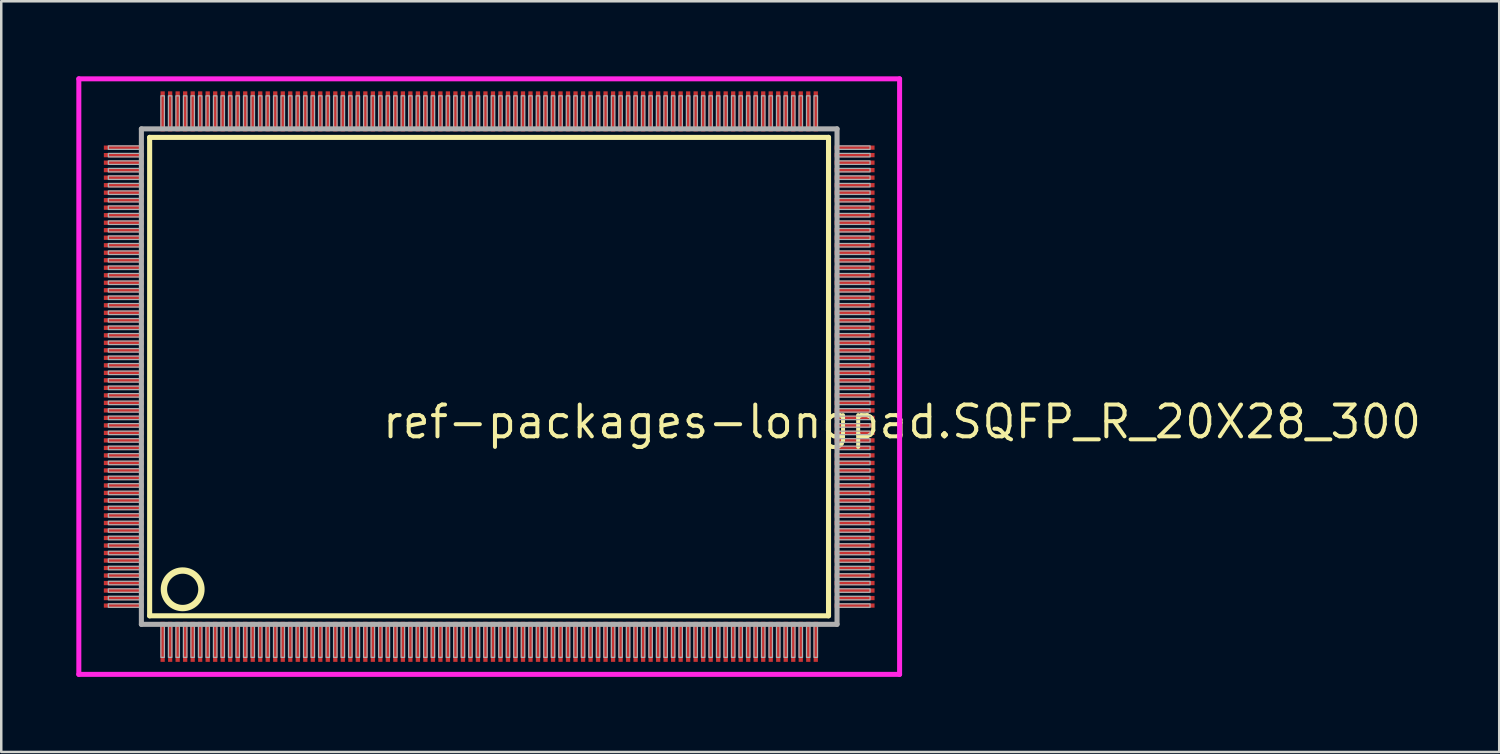
<source format=kicad_pcb>
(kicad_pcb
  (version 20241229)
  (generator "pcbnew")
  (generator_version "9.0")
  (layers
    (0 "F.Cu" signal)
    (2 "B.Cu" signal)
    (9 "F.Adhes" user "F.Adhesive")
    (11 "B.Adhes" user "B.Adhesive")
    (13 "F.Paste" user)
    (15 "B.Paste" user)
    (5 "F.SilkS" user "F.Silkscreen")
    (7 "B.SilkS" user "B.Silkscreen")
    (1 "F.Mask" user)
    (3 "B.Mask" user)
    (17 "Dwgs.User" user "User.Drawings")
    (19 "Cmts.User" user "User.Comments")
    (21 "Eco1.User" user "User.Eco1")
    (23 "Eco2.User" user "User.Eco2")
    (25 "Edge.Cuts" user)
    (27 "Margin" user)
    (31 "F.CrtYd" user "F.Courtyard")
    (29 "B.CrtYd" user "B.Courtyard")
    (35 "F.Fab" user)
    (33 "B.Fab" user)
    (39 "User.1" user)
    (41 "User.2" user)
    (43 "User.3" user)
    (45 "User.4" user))
  (footprint "ref-packages-longpad.SQFP_R_20X28_300"
    (layer "F.Cu")
    (at 16.5 12)
    (property "Reference" "ref-packages-longpad.SQFP_R_20X28_300" (at -4.35 2.55 0) (layer "F.SilkS") (effects (font (size 1.27 1.27) (thickness 0.16)) (justify left bottom)))
    (attr smd)
    (fp_line (start -13.57 -9.56) (end 13.56 -9.56) (stroke (width 0.203) (type default)) (layer "F.SilkS"))
    (fp_line (start -13.57 9.56) (end -13.57 -9.56) (stroke (width 0.203) (type default)) (layer "F.SilkS"))
    (fp_line (start 13.56 -9.56) (end 13.56 9.56) (stroke (width 0.203) (type default)) (layer "F.SilkS"))
    (fp_line (start 13.56 9.56) (end -13.57 9.56) (stroke (width 0.203) (type default)) (layer "F.SilkS"))
    (fp_circle (center -12.25 8.5) (end -11.5 8.5) (stroke (width 0.254) (type default)) (fill no) (layer "F.SilkS"))
    (fp_line (start -16.4 -11.9) (end 16.4 -11.9) (stroke (width 0.2) (type default)) (layer "F.CrtYd"))
    (fp_line (start -16.4 11.9) (end -16.4 -11.9) (stroke (width 0.2) (type default)) (layer "F.CrtYd"))
    (fp_line (start 16.4 -11.9) (end 16.4 11.9) (stroke (width 0.2) (type default)) (layer "F.CrtYd"))
    (fp_line (start 16.4 11.9) (end -16.4 11.9) (stroke (width 0.2) (type default)) (layer "F.CrtYd"))
    (fp_line (start -13.9 -9.9) (end -13.9 9.9) (stroke (width 0.203) (type default)) (layer "F.Fab"))
    (fp_line (start -13.9 9.9) (end 13.9 9.9) (stroke (width 0.203) (type default)) (layer "F.Fab"))
    (fp_line (start 13.9 -9.9) (end -13.9 -9.9) (stroke (width 0.203) (type default)) (layer "F.Fab"))
    (fp_line (start 13.9 9.9) (end 13.9 -9.9) (stroke (width 0.203) (type default)) (layer "F.Fab"))
    (fp_rect (start -15.22 -9.08) (end -13.95 -9.22) (stroke (width 0.05) (type default)) (fill no) (layer "F.Fab"))
    (fp_rect (start -15.22 -8.78) (end -13.95 -8.92) (stroke (width 0.05) (type default)) (fill no) (layer "F.Fab"))
    (fp_rect (start -15.22 -8.48) (end -13.95 -8.62) (stroke (width 0.05) (type default)) (fill no) (layer "F.Fab"))
    (fp_rect (start -15.22 -8.18) (end -13.95 -8.32) (stroke (width 0.05) (type default)) (fill no) (layer "F.Fab"))
    (fp_rect (start -15.22 -7.88) (end -13.95 -8.02) (stroke (width 0.05) (type default)) (fill no) (layer "F.Fab"))
    (fp_rect (start -15.22 -7.58) (end -13.95 -7.72) (stroke (width 0.05) (type default)) (fill no) (layer "F.Fab"))
    (fp_rect (start -15.22 -7.28) (end -13.95 -7.42) (stroke (width 0.05) (type default)) (fill no) (layer "F.Fab"))
    (fp_rect (start -15.22 -6.98) (end -13.95 -7.12) (stroke (width 0.05) (type default)) (fill no) (layer "F.Fab"))
    (fp_rect (start -15.22 -6.68) (end -13.95 -6.82) (stroke (width 0.05) (type default)) (fill no) (layer "F.Fab"))
    (fp_rect (start -15.22 -6.38) (end -13.95 -6.52) (stroke (width 0.05) (type default)) (fill no) (layer "F.Fab"))
    (fp_rect (start -15.22 -6.08) (end -13.95 -6.22) (stroke (width 0.05) (type default)) (fill no) (layer "F.Fab"))
    (fp_rect (start -15.22 -5.78) (end -13.95 -5.92) (stroke (width 0.05) (type default)) (fill no) (layer "F.Fab"))
    (fp_rect (start -15.22 -5.48) (end -13.95 -5.62) (stroke (width 0.05) (type default)) (fill no) (layer "F.Fab"))
    (fp_rect (start -15.22 -5.18) (end -13.95 -5.32) (stroke (width 0.05) (type default)) (fill no) (layer "F.Fab"))
    (fp_rect (start -15.22 -4.88) (end -13.95 -5.02) (stroke (width 0.05) (type default)) (fill no) (layer "F.Fab"))
    (fp_rect (start -15.22 -4.58) (end -13.95 -4.72) (stroke (width 0.05) (type default)) (fill no) (layer "F.Fab"))
    (fp_rect (start -15.22 -4.28) (end -13.95 -4.42) (stroke (width 0.05) (type default)) (fill no) (layer "F.Fab"))
    (fp_rect (start -15.22 -3.98) (end -13.95 -4.12) (stroke (width 0.05) (type default)) (fill no) (layer "F.Fab"))
    (fp_rect (start -15.22 -3.68) (end -13.95 -3.82) (stroke (width 0.05) (type default)) (fill no) (layer "F.Fab"))
    (fp_rect (start -15.22 -3.38) (end -13.95 -3.52) (stroke (width 0.05) (type default)) (fill no) (layer "F.Fab"))
    (fp_rect (start -15.22 -3.08) (end -13.95 -3.22) (stroke (width 0.05) (type default)) (fill no) (layer "F.Fab"))
    (fp_rect (start -15.22 -2.78) (end -13.95 -2.92) (stroke (width 0.05) (type default)) (fill no) (layer "F.Fab"))
    (fp_rect (start -15.22 -2.48) (end -13.95 -2.62) (stroke (width 0.05) (type default)) (fill no) (layer "F.Fab"))
    (fp_rect (start -15.22 -2.18) (end -13.95 -2.32) (stroke (width 0.05) (type default)) (fill no) (layer "F.Fab"))
    (fp_rect (start -15.22 -1.88) (end -13.95 -2.02) (stroke (width 0.05) (type default)) (fill no) (layer "F.Fab"))
    (fp_rect (start -15.22 -1.58) (end -13.95 -1.72) (stroke (width 0.05) (type default)) (fill no) (layer "F.Fab"))
    (fp_rect (start -15.22 -1.28) (end -13.95 -1.42) (stroke (width 0.05) (type default)) (fill no) (layer "F.Fab"))
    (fp_rect (start -15.22 -0.98) (end -13.95 -1.12) (stroke (width 0.05) (type default)) (fill no) (layer "F.Fab"))
    (fp_rect (start -15.22 -0.68) (end -13.95 -0.82) (stroke (width 0.05) (type default)) (fill no) (layer "F.Fab"))
    (fp_rect (start -15.22 -0.38) (end -13.95 -0.52) (stroke (width 0.05) (type default)) (fill no) (layer "F.Fab"))
    (fp_rect (start -15.22 -0.08) (end -13.95 -0.22) (stroke (width 0.05) (type default)) (fill no) (layer "F.Fab"))
    (fp_rect (start -15.22 0.22) (end -13.95 0.08) (stroke (width 0.05) (type default)) (fill no) (layer "F.Fab"))
    (fp_rect (start -15.22 0.52) (end -13.95 0.38) (stroke (width 0.05) (type default)) (fill no) (layer "F.Fab"))
    (fp_rect (start -15.22 0.82) (end -13.95 0.68) (stroke (width 0.05) (type default)) (fill no) (layer "F.Fab"))
    (fp_rect (start -15.22 1.12) (end -13.95 0.98) (stroke (width 0.05) (type default)) (fill no) (layer "F.Fab"))
    (fp_rect (start -15.22 1.42) (end -13.95 1.28) (stroke (width 0.05) (type default)) (fill no) (layer "F.Fab"))
    (fp_rect (start -15.22 1.72) (end -13.95 1.58) (stroke (width 0.05) (type default)) (fill no) (layer "F.Fab"))
    (fp_rect (start -15.22 2.02) (end -13.95 1.88) (stroke (width 0.05) (type default)) (fill no) (layer "F.Fab"))
    (fp_rect (start -15.22 2.32) (end -13.95 2.18) (stroke (width 0.05) (type default)) (fill no) (layer "F.Fab"))
    (fp_rect (start -15.22 2.62) (end -13.95 2.48) (stroke (width 0.05) (type default)) (fill no) (layer "F.Fab"))
    (fp_rect (start -15.22 2.92) (end -13.95 2.78) (stroke (width 0.05) (type default)) (fill no) (layer "F.Fab"))
    (fp_rect (start -15.22 3.22) (end -13.95 3.08) (stroke (width 0.05) (type default)) (fill no) (layer "F.Fab"))
    (fp_rect (start -15.22 3.52) (end -13.95 3.38) (stroke (width 0.05) (type default)) (fill no) (layer "F.Fab"))
    (fp_rect (start -15.22 3.82) (end -13.95 3.68) (stroke (width 0.05) (type default)) (fill no) (layer "F.Fab"))
    (fp_rect (start -15.22 4.12) (end -13.95 3.98) (stroke (width 0.05) (type default)) (fill no) (layer "F.Fab"))
    (fp_rect (start -15.22 4.42) (end -13.95 4.28) (stroke (width 0.05) (type default)) (fill no) (layer "F.Fab"))
    (fp_rect (start -15.22 4.72) (end -13.95 4.58) (stroke (width 0.05) (type default)) (fill no) (layer "F.Fab"))
    (fp_rect (start -15.22 5.02) (end -13.95 4.88) (stroke (width 0.05) (type default)) (fill no) (layer "F.Fab"))
    (fp_rect (start -15.22 5.32) (end -13.95 5.18) (stroke (width 0.05) (type default)) (fill no) (layer "F.Fab"))
    (fp_rect (start -15.22 5.62) (end -13.95 5.48) (stroke (width 0.05) (type default)) (fill no) (layer "F.Fab"))
    (fp_rect (start -15.22 5.92) (end -13.95 5.78) (stroke (width 0.05) (type default)) (fill no) (layer "F.Fab"))
    (fp_rect (start -15.22 6.22) (end -13.95 6.08) (stroke (width 0.05) (type default)) (fill no) (layer "F.Fab"))
    (fp_rect (start -15.22 6.52) (end -13.95 6.38) (stroke (width 0.05) (type default)) (fill no) (layer "F.Fab"))
    (fp_rect (start -15.22 6.82) (end -13.95 6.68) (stroke (width 0.05) (type default)) (fill no) (layer "F.Fab"))
    (fp_rect (start -15.22 7.12) (end -13.95 6.98) (stroke (width 0.05) (type default)) (fill no) (layer "F.Fab"))
    (fp_rect (start -15.22 7.42) (end -13.95 7.28) (stroke (width 0.05) (type default)) (fill no) (layer "F.Fab"))
    (fp_rect (start -15.22 7.72) (end -13.95 7.58) (stroke (width 0.05) (type default)) (fill no) (layer "F.Fab"))
    (fp_rect (start -15.22 8.02) (end -13.95 7.88) (stroke (width 0.05) (type default)) (fill no) (layer "F.Fab"))
    (fp_rect (start -15.22 8.32) (end -13.95 8.18) (stroke (width 0.05) (type default)) (fill no) (layer "F.Fab"))
    (fp_rect (start -15.22 8.62) (end -13.95 8.48) (stroke (width 0.05) (type default)) (fill no) (layer "F.Fab"))
    (fp_rect (start -15.22 8.92) (end -13.95 8.78) (stroke (width 0.05) (type default)) (fill no) (layer "F.Fab"))
    (fp_rect (start -15.22 9.22) (end -13.95 9.08) (stroke (width 0.05) (type default)) (fill no) (layer "F.Fab"))
    (fp_rect (start -13.12 -9.95) (end -12.98 -11.22) (stroke (width 0.05) (type default)) (fill no) (layer "F.Fab"))
    (fp_rect (start -13.12 11.22) (end -12.98 9.95) (stroke (width 0.05) (type default)) (fill no) (layer "F.Fab"))
    (fp_rect (start -12.82 -9.95) (end -12.68 -11.22) (stroke (width 0.05) (type default)) (fill no) (layer "F.Fab"))
    (fp_rect (start -12.82 11.22) (end -12.68 9.95) (stroke (width 0.05) (type default)) (fill no) (layer "F.Fab"))
    (fp_rect (start -12.52 -9.95) (end -12.38 -11.22) (stroke (width 0.05) (type default)) (fill no) (layer "F.Fab"))
    (fp_rect (start -12.52 11.22) (end -12.38 9.95) (stroke (width 0.05) (type default)) (fill no) (layer "F.Fab"))
    (fp_rect (start -12.22 -9.95) (end -12.08 -11.22) (stroke (width 0.05) (type default)) (fill no) (layer "F.Fab"))
    (fp_rect (start -12.22 11.22) (end -12.08 9.95) (stroke (width 0.05) (type default)) (fill no) (layer "F.Fab"))
    (fp_rect (start -11.92 -9.95) (end -11.78 -11.22) (stroke (width 0.05) (type default)) (fill no) (layer "F.Fab"))
    (fp_rect (start -11.92 11.22) (end -11.78 9.95) (stroke (width 0.05) (type default)) (fill no) (layer "F.Fab"))
    (fp_rect (start -11.62 -9.95) (end -11.48 -11.22) (stroke (width 0.05) (type default)) (fill no) (layer "F.Fab"))
    (fp_rect (start -11.62 11.22) (end -11.48 9.95) (stroke (width 0.05) (type default)) (fill no) (layer "F.Fab"))
    (fp_rect (start -11.32 -9.95) (end -11.18 -11.22) (stroke (width 0.05) (type default)) (fill no) (layer "F.Fab"))
    (fp_rect (start -11.32 11.22) (end -11.18 9.95) (stroke (width 0.05) (type default)) (fill no) (layer "F.Fab"))
    (fp_rect (start -11.02 -9.95) (end -10.88 -11.22) (stroke (width 0.05) (type default)) (fill no) (layer "F.Fab"))
    (fp_rect (start -11.02 11.22) (end -10.88 9.95) (stroke (width 0.05) (type default)) (fill no) (layer "F.Fab"))
    (fp_rect (start -10.72 -9.95) (end -10.58 -11.22) (stroke (width 0.05) (type default)) (fill no) (layer "F.Fab"))
    (fp_rect (start -10.72 11.22) (end -10.58 9.95) (stroke (width 0.05) (type default)) (fill no) (layer "F.Fab"))
    (fp_rect (start -10.42 -9.95) (end -10.28 -11.22) (stroke (width 0.05) (type default)) (fill no) (layer "F.Fab"))
    (fp_rect (start -10.42 11.22) (end -10.28 9.95) (stroke (width 0.05) (type default)) (fill no) (layer "F.Fab"))
    (fp_rect (start -10.12 -9.95) (end -9.98 -11.22) (stroke (width 0.05) (type default)) (fill no) (layer "F.Fab"))
    (fp_rect (start -10.12 11.22) (end -9.98 9.95) (stroke (width 0.05) (type default)) (fill no) (layer "F.Fab"))
    (fp_rect (start -9.82 -9.95) (end -9.68 -11.22) (stroke (width 0.05) (type default)) (fill no) (layer "F.Fab"))
    (fp_rect (start -9.82 11.22) (end -9.68 9.95) (stroke (width 0.05) (type default)) (fill no) (layer "F.Fab"))
    (fp_rect (start -9.52 -9.95) (end -9.38 -11.22) (stroke (width 0.05) (type default)) (fill no) (layer "F.Fab"))
    (fp_rect (start -9.52 11.22) (end -9.38 9.95) (stroke (width 0.05) (type default)) (fill no) (layer "F.Fab"))
    (fp_rect (start -9.22 -9.95) (end -9.08 -11.22) (stroke (width 0.05) (type default)) (fill no) (layer "F.Fab"))
    (fp_rect (start -9.22 11.22) (end -9.08 9.95) (stroke (width 0.05) (type default)) (fill no) (layer "F.Fab"))
    (fp_rect (start -8.92 -9.95) (end -8.78 -11.22) (stroke (width 0.05) (type default)) (fill no) (layer "F.Fab"))
    (fp_rect (start -8.92 11.22) (end -8.78 9.95) (stroke (width 0.05) (type default)) (fill no) (layer "F.Fab"))
    (fp_rect (start -8.62 -9.95) (end -8.48 -11.22) (stroke (width 0.05) (type default)) (fill no) (layer "F.Fab"))
    (fp_rect (start -8.62 11.22) (end -8.48 9.95) (stroke (width 0.05) (type default)) (fill no) (layer "F.Fab"))
    (fp_rect (start -8.32 -9.95) (end -8.18 -11.22) (stroke (width 0.05) (type default)) (fill no) (layer "F.Fab"))
    (fp_rect (start -8.32 11.22) (end -8.18 9.95) (stroke (width 0.05) (type default)) (fill no) (layer "F.Fab"))
    (fp_rect (start -8.02 -9.95) (end -7.88 -11.22) (stroke (width 0.05) (type default)) (fill no) (layer "F.Fab"))
    (fp_rect (start -8.02 11.22) (end -7.88 9.95) (stroke (width 0.05) (type default)) (fill no) (layer "F.Fab"))
    (fp_rect (start -7.72 -9.95) (end -7.58 -11.22) (stroke (width 0.05) (type default)) (fill no) (layer "F.Fab"))
    (fp_rect (start -7.72 11.22) (end -7.58 9.95) (stroke (width 0.05) (type default)) (fill no) (layer "F.Fab"))
    (fp_rect (start -7.42 -9.95) (end -7.28 -11.22) (stroke (width 0.05) (type default)) (fill no) (layer "F.Fab"))
    (fp_rect (start -7.42 11.22) (end -7.28 9.95) (stroke (width 0.05) (type default)) (fill no) (layer "F.Fab"))
    (fp_rect (start -7.12 -9.95) (end -6.98 -11.22) (stroke (width 0.05) (type default)) (fill no) (layer "F.Fab"))
    (fp_rect (start -7.12 11.22) (end -6.98 9.95) (stroke (width 0.05) (type default)) (fill no) (layer "F.Fab"))
    (fp_rect (start -6.82 -9.95) (end -6.68 -11.22) (stroke (width 0.05) (type default)) (fill no) (layer "F.Fab"))
    (fp_rect (start -6.82 11.22) (end -6.68 9.95) (stroke (width 0.05) (type default)) (fill no) (layer "F.Fab"))
    (fp_rect (start -6.52 -9.95) (end -6.38 -11.22) (stroke (width 0.05) (type default)) (fill no) (layer "F.Fab"))
    (fp_rect (start -6.52 11.22) (end -6.38 9.95) (stroke (width 0.05) (type default)) (fill no) (layer "F.Fab"))
    (fp_rect (start -6.22 -9.95) (end -6.08 -11.22) (stroke (width 0.05) (type default)) (fill no) (layer "F.Fab"))
    (fp_rect (start -6.22 11.22) (end -6.08 9.95) (stroke (width 0.05) (type default)) (fill no) (layer "F.Fab"))
    (fp_rect (start -5.92 -9.95) (end -5.78 -11.22) (stroke (width 0.05) (type default)) (fill no) (layer "F.Fab"))
    (fp_rect (start -5.92 11.22) (end -5.78 9.95) (stroke (width 0.05) (type default)) (fill no) (layer "F.Fab"))
    (fp_rect (start -5.62 -9.95) (end -5.48 -11.22) (stroke (width 0.05) (type default)) (fill no) (layer "F.Fab"))
    (fp_rect (start -5.62 11.22) (end -5.48 9.95) (stroke (width 0.05) (type default)) (fill no) (layer "F.Fab"))
    (fp_rect (start -5.32 -9.95) (end -5.18 -11.22) (stroke (width 0.05) (type default)) (fill no) (layer "F.Fab"))
    (fp_rect (start -5.32 11.22) (end -5.18 9.95) (stroke (width 0.05) (type default)) (fill no) (layer "F.Fab"))
    (fp_rect (start -5.02 -9.95) (end -4.88 -11.22) (stroke (width 0.05) (type default)) (fill no) (layer "F.Fab"))
    (fp_rect (start -5.02 11.22) (end -4.88 9.95) (stroke (width 0.05) (type default)) (fill no) (layer "F.Fab"))
    (fp_rect (start -4.72 -9.95) (end -4.58 -11.22) (stroke (width 0.05) (type default)) (fill no) (layer "F.Fab"))
    (fp_rect (start -4.72 11.22) (end -4.58 9.95) (stroke (width 0.05) (type default)) (fill no) (layer "F.Fab"))
    (fp_rect (start -4.42 -9.95) (end -4.28 -11.22) (stroke (width 0.05) (type default)) (fill no) (layer "F.Fab"))
    (fp_rect (start -4.42 11.22) (end -4.28 9.95) (stroke (width 0.05) (type default)) (fill no) (layer "F.Fab"))
    (fp_rect (start -4.12 -9.95) (end -3.98 -11.22) (stroke (width 0.05) (type default)) (fill no) (layer "F.Fab"))
    (fp_rect (start -4.12 11.22) (end -3.98 9.95) (stroke (width 0.05) (type default)) (fill no) (layer "F.Fab"))
    (fp_rect (start -3.82 -9.95) (end -3.68 -11.22) (stroke (width 0.05) (type default)) (fill no) (layer "F.Fab"))
    (fp_rect (start -3.82 11.22) (end -3.68 9.95) (stroke (width 0.05) (type default)) (fill no) (layer "F.Fab"))
    (fp_rect (start -3.52 -9.95) (end -3.38 -11.22) (stroke (width 0.05) (type default)) (fill no) (layer "F.Fab"))
    (fp_rect (start -3.52 11.22) (end -3.38 9.95) (stroke (width 0.05) (type default)) (fill no) (layer "F.Fab"))
    (fp_rect (start -3.22 -9.95) (end -3.08 -11.22) (stroke (width 0.05) (type default)) (fill no) (layer "F.Fab"))
    (fp_rect (start -3.22 11.22) (end -3.08 9.95) (stroke (width 0.05) (type default)) (fill no) (layer "F.Fab"))
    (fp_rect (start -2.92 -9.95) (end -2.78 -11.22) (stroke (width 0.05) (type default)) (fill no) (layer "F.Fab"))
    (fp_rect (start -2.92 11.22) (end -2.78 9.95) (stroke (width 0.05) (type default)) (fill no) (layer "F.Fab"))
    (fp_rect (start -2.62 -9.95) (end -2.48 -11.22) (stroke (width 0.05) (type default)) (fill no) (layer "F.Fab"))
    (fp_rect (start -2.62 11.22) (end -2.48 9.95) (stroke (width 0.05) (type default)) (fill no) (layer "F.Fab"))
    (fp_rect (start -2.32 -9.95) (end -2.18 -11.22) (stroke (width 0.05) (type default)) (fill no) (layer "F.Fab"))
    (fp_rect (start -2.32 11.22) (end -2.18 9.95) (stroke (width 0.05) (type default)) (fill no) (layer "F.Fab"))
    (fp_rect (start -2.02 -9.95) (end -1.88 -11.22) (stroke (width 0.05) (type default)) (fill no) (layer "F.Fab"))
    (fp_rect (start -2.02 11.22) (end -1.88 9.95) (stroke (width 0.05) (type default)) (fill no) (layer "F.Fab"))
    (fp_rect (start -1.72 -9.95) (end -1.58 -11.22) (stroke (width 0.05) (type default)) (fill no) (layer "F.Fab"))
    (fp_rect (start -1.72 11.22) (end -1.58 9.95) (stroke (width 0.05) (type default)) (fill no) (layer "F.Fab"))
    (fp_rect (start -1.42 -9.95) (end -1.28 -11.22) (stroke (width 0.05) (type default)) (fill no) (layer "F.Fab"))
    (fp_rect (start -1.42 11.22) (end -1.28 9.95) (stroke (width 0.05) (type default)) (fill no) (layer "F.Fab"))
    (fp_rect (start -1.12 -9.95) (end -0.98 -11.22) (stroke (width 0.05) (type default)) (fill no) (layer "F.Fab"))
    (fp_rect (start -1.12 11.22) (end -0.98 9.95) (stroke (width 0.05) (type default)) (fill no) (layer "F.Fab"))
    (fp_rect (start -0.82 -9.95) (end -0.68 -11.22) (stroke (width 0.05) (type default)) (fill no) (layer "F.Fab"))
    (fp_rect (start -0.82 11.22) (end -0.68 9.95) (stroke (width 0.05) (type default)) (fill no) (layer "F.Fab"))
    (fp_rect (start -0.52 -9.95) (end -0.38 -11.22) (stroke (width 0.05) (type default)) (fill no) (layer "F.Fab"))
    (fp_rect (start -0.52 11.22) (end -0.38 9.95) (stroke (width 0.05) (type default)) (fill no) (layer "F.Fab"))
    (fp_rect (start -0.22 -9.95) (end -0.08 -11.22) (stroke (width 0.05) (type default)) (fill no) (layer "F.Fab"))
    (fp_rect (start -0.22 11.22) (end -0.08 9.95) (stroke (width 0.05) (type default)) (fill no) (layer "F.Fab"))
    (fp_rect (start 0.08 -9.95) (end 0.22 -11.22) (stroke (width 0.05) (type default)) (fill no) (layer "F.Fab"))
    (fp_rect (start 0.08 11.22) (end 0.22 9.95) (stroke (width 0.05) (type default)) (fill no) (layer "F.Fab"))
    (fp_rect (start 0.38 -9.95) (end 0.52 -11.22) (stroke (width 0.05) (type default)) (fill no) (layer "F.Fab"))
    (fp_rect (start 0.38 11.22) (end 0.52 9.95) (stroke (width 0.05) (type default)) (fill no) (layer "F.Fab"))
    (fp_rect (start 0.68 -9.95) (end 0.82 -11.22) (stroke (width 0.05) (type default)) (fill no) (layer "F.Fab"))
    (fp_rect (start 0.68 11.22) (end 0.82 9.95) (stroke (width 0.05) (type default)) (fill no) (layer "F.Fab"))
    (fp_rect (start 0.98 -9.95) (end 1.12 -11.22) (stroke (width 0.05) (type default)) (fill no) (layer "F.Fab"))
    (fp_rect (start 0.98 11.22) (end 1.12 9.95) (stroke (width 0.05) (type default)) (fill no) (layer "F.Fab"))
    (fp_rect (start 1.28 -9.95) (end 1.42 -11.22) (stroke (width 0.05) (type default)) (fill no) (layer "F.Fab"))
    (fp_rect (start 1.28 11.22) (end 1.42 9.95) (stroke (width 0.05) (type default)) (fill no) (layer "F.Fab"))
    (fp_rect (start 1.58 -9.95) (end 1.72 -11.22) (stroke (width 0.05) (type default)) (fill no) (layer "F.Fab"))
    (fp_rect (start 1.58 11.22) (end 1.72 9.95) (stroke (width 0.05) (type default)) (fill no) (layer "F.Fab"))
    (fp_rect (start 1.88 -9.95) (end 2.02 -11.22) (stroke (width 0.05) (type default)) (fill no) (layer "F.Fab"))
    (fp_rect (start 1.88 11.22) (end 2.02 9.95) (stroke (width 0.05) (type default)) (fill no) (layer "F.Fab"))
    (fp_rect (start 2.18 -9.95) (end 2.32 -11.22) (stroke (width 0.05) (type default)) (fill no) (layer "F.Fab"))
    (fp_rect (start 2.18 11.22) (end 2.32 9.95) (stroke (width 0.05) (type default)) (fill no) (layer "F.Fab"))
    (fp_rect (start 2.48 -9.95) (end 2.62 -11.22) (stroke (width 0.05) (type default)) (fill no) (layer "F.Fab"))
    (fp_rect (start 2.48 11.22) (end 2.62 9.95) (stroke (width 0.05) (type default)) (fill no) (layer "F.Fab"))
    (fp_rect (start 2.78 -9.95) (end 2.92 -11.22) (stroke (width 0.05) (type default)) (fill no) (layer "F.Fab"))
    (fp_rect (start 2.78 11.22) (end 2.92 9.95) (stroke (width 0.05) (type default)) (fill no) (layer "F.Fab"))
    (fp_rect (start 3.08 -9.95) (end 3.22 -11.22) (stroke (width 0.05) (type default)) (fill no) (layer "F.Fab"))
    (fp_rect (start 3.08 11.22) (end 3.22 9.95) (stroke (width 0.05) (type default)) (fill no) (layer "F.Fab"))
    (fp_rect (start 3.38 -9.95) (end 3.52 -11.22) (stroke (width 0.05) (type default)) (fill no) (layer "F.Fab"))
    (fp_rect (start 3.38 11.22) (end 3.52 9.95) (stroke (width 0.05) (type default)) (fill no) (layer "F.Fab"))
    (fp_rect (start 3.68 -9.95) (end 3.82 -11.22) (stroke (width 0.05) (type default)) (fill no) (layer "F.Fab"))
    (fp_rect (start 3.68 11.22) (end 3.82 9.95) (stroke (width 0.05) (type default)) (fill no) (layer "F.Fab"))
    (fp_rect (start 3.98 -9.95) (end 4.12 -11.22) (stroke (width 0.05) (type default)) (fill no) (layer "F.Fab"))
    (fp_rect (start 3.98 11.22) (end 4.12 9.95) (stroke (width 0.05) (type default)) (fill no) (layer "F.Fab"))
    (fp_rect (start 4.28 -9.95) (end 4.42 -11.22) (stroke (width 0.05) (type default)) (fill no) (layer "F.Fab"))
    (fp_rect (start 4.28 11.22) (end 4.42 9.95) (stroke (width 0.05) (type default)) (fill no) (layer "F.Fab"))
    (fp_rect (start 4.58 -9.95) (end 4.72 -11.22) (stroke (width 0.05) (type default)) (fill no) (layer "F.Fab"))
    (fp_rect (start 4.58 11.22) (end 4.72 9.95) (stroke (width 0.05) (type default)) (fill no) (layer "F.Fab"))
    (fp_rect (start 4.88 -9.95) (end 5.02 -11.22) (stroke (width 0.05) (type default)) (fill no) (layer "F.Fab"))
    (fp_rect (start 4.88 11.22) (end 5.02 9.95) (stroke (width 0.05) (type default)) (fill no) (layer "F.Fab"))
    (fp_rect (start 5.18 -9.95) (end 5.32 -11.22) (stroke (width 0.05) (type default)) (fill no) (layer "F.Fab"))
    (fp_rect (start 5.18 11.22) (end 5.32 9.95) (stroke (width 0.05) (type default)) (fill no) (layer "F.Fab"))
    (fp_rect (start 5.48 -9.95) (end 5.62 -11.22) (stroke (width 0.05) (type default)) (fill no) (layer "F.Fab"))
    (fp_rect (start 5.48 11.22) (end 5.62 9.95) (stroke (width 0.05) (type default)) (fill no) (layer "F.Fab"))
    (fp_rect (start 5.78 -9.95) (end 5.92 -11.22) (stroke (width 0.05) (type default)) (fill no) (layer "F.Fab"))
    (fp_rect (start 5.78 11.22) (end 5.92 9.95) (stroke (width 0.05) (type default)) (fill no) (layer "F.Fab"))
    (fp_rect (start 6.08 -9.95) (end 6.22 -11.22) (stroke (width 0.05) (type default)) (fill no) (layer "F.Fab"))
    (fp_rect (start 6.08 11.22) (end 6.22 9.95) (stroke (width 0.05) (type default)) (fill no) (layer "F.Fab"))
    (fp_rect (start 6.38 -9.95) (end 6.52 -11.22) (stroke (width 0.05) (type default)) (fill no) (layer "F.Fab"))
    (fp_rect (start 6.38 11.22) (end 6.52 9.95) (stroke (width 0.05) (type default)) (fill no) (layer "F.Fab"))
    (fp_rect (start 6.68 -9.95) (end 6.82 -11.22) (stroke (width 0.05) (type default)) (fill no) (layer "F.Fab"))
    (fp_rect (start 6.68 11.22) (end 6.82 9.95) (stroke (width 0.05) (type default)) (fill no) (layer "F.Fab"))
    (fp_rect (start 6.98 -9.95) (end 7.12 -11.22) (stroke (width 0.05) (type default)) (fill no) (layer "F.Fab"))
    (fp_rect (start 6.98 11.22) (end 7.12 9.95) (stroke (width 0.05) (type default)) (fill no) (layer "F.Fab"))
    (fp_rect (start 7.28 -9.95) (end 7.42 -11.22) (stroke (width 0.05) (type default)) (fill no) (layer "F.Fab"))
    (fp_rect (start 7.28 11.22) (end 7.42 9.95) (stroke (width 0.05) (type default)) (fill no) (layer "F.Fab"))
    (fp_rect (start 7.58 -9.95) (end 7.72 -11.22) (stroke (width 0.05) (type default)) (fill no) (layer "F.Fab"))
    (fp_rect (start 7.58 11.22) (end 7.72 9.95) (stroke (width 0.05) (type default)) (fill no) (layer "F.Fab"))
    (fp_rect (start 7.88 -9.95) (end 8.02 -11.22) (stroke (width 0.05) (type default)) (fill no) (layer "F.Fab"))
    (fp_rect (start 7.88 11.22) (end 8.02 9.95) (stroke (width 0.05) (type default)) (fill no) (layer "F.Fab"))
    (fp_rect (start 8.18 -9.95) (end 8.32 -11.22) (stroke (width 0.05) (type default)) (fill no) (layer "F.Fab"))
    (fp_rect (start 8.18 11.22) (end 8.32 9.95) (stroke (width 0.05) (type default)) (fill no) (layer "F.Fab"))
    (fp_rect (start 8.48 -9.95) (end 8.62 -11.22) (stroke (width 0.05) (type default)) (fill no) (layer "F.Fab"))
    (fp_rect (start 8.48 11.22) (end 8.62 9.95) (stroke (width 0.05) (type default)) (fill no) (layer "F.Fab"))
    (fp_rect (start 8.78 -9.95) (end 8.92 -11.22) (stroke (width 0.05) (type default)) (fill no) (layer "F.Fab"))
    (fp_rect (start 8.78 11.22) (end 8.92 9.95) (stroke (width 0.05) (type default)) (fill no) (layer "F.Fab"))
    (fp_rect (start 9.08 -9.95) (end 9.22 -11.22) (stroke (width 0.05) (type default)) (fill no) (layer "F.Fab"))
    (fp_rect (start 9.08 11.22) (end 9.22 9.95) (stroke (width 0.05) (type default)) (fill no) (layer "F.Fab"))
    (fp_rect (start 9.38 -9.95) (end 9.52 -11.22) (stroke (width 0.05) (type default)) (fill no) (layer "F.Fab"))
    (fp_rect (start 9.38 11.22) (end 9.52 9.95) (stroke (width 0.05) (type default)) (fill no) (layer "F.Fab"))
    (fp_rect (start 9.68 -9.95) (end 9.82 -11.22) (stroke (width 0.05) (type default)) (fill no) (layer "F.Fab"))
    (fp_rect (start 9.68 11.22) (end 9.82 9.95) (stroke (width 0.05) (type default)) (fill no) (layer "F.Fab"))
    (fp_rect (start 9.98 -9.95) (end 10.12 -11.22) (stroke (width 0.05) (type default)) (fill no) (layer "F.Fab"))
    (fp_rect (start 9.98 11.22) (end 10.12 9.95) (stroke (width 0.05) (type default)) (fill no) (layer "F.Fab"))
    (fp_rect (start 10.28 -9.95) (end 10.42 -11.22) (stroke (width 0.05) (type default)) (fill no) (layer "F.Fab"))
    (fp_rect (start 10.28 11.22) (end 10.42 9.95) (stroke (width 0.05) (type default)) (fill no) (layer "F.Fab"))
    (fp_rect (start 10.58 -9.95) (end 10.72 -11.22) (stroke (width 0.05) (type default)) (fill no) (layer "F.Fab"))
    (fp_rect (start 10.58 11.22) (end 10.72 9.95) (stroke (width 0.05) (type default)) (fill no) (layer "F.Fab"))
    (fp_rect (start 10.88 -9.95) (end 11.02 -11.22) (stroke (width 0.05) (type default)) (fill no) (layer "F.Fab"))
    (fp_rect (start 10.88 11.22) (end 11.02 9.95) (stroke (width 0.05) (type default)) (fill no) (layer "F.Fab"))
    (fp_rect (start 11.18 -9.95) (end 11.32 -11.22) (stroke (width 0.05) (type default)) (fill no) (layer "F.Fab"))
    (fp_rect (start 11.18 11.22) (end 11.32 9.95) (stroke (width 0.05) (type default)) (fill no) (layer "F.Fab"))
    (fp_rect (start 11.48 -9.95) (end 11.62 -11.22) (stroke (width 0.05) (type default)) (fill no) (layer "F.Fab"))
    (fp_rect (start 11.48 11.22) (end 11.62 9.95) (stroke (width 0.05) (type default)) (fill no) (layer "F.Fab"))
    (fp_rect (start 11.78 -9.95) (end 11.92 -11.22) (stroke (width 0.05) (type default)) (fill no) (layer "F.Fab"))
    (fp_rect (start 11.78 11.22) (end 11.92 9.95) (stroke (width 0.05) (type default)) (fill no) (layer "F.Fab"))
    (fp_rect (start 12.08 -9.95) (end 12.22 -11.22) (stroke (width 0.05) (type default)) (fill no) (layer "F.Fab"))
    (fp_rect (start 12.08 11.22) (end 12.22 9.95) (stroke (width 0.05) (type default)) (fill no) (layer "F.Fab"))
    (fp_rect (start 12.38 -9.95) (end 12.52 -11.22) (stroke (width 0.05) (type default)) (fill no) (layer "F.Fab"))
    (fp_rect (start 12.38 11.22) (end 12.52 9.95) (stroke (width 0.05) (type default)) (fill no) (layer "F.Fab"))
    (fp_rect (start 12.68 -9.95) (end 12.82 -11.22) (stroke (width 0.05) (type default)) (fill no) (layer "F.Fab"))
    (fp_rect (start 12.68 11.22) (end 12.82 9.95) (stroke (width 0.05) (type default)) (fill no) (layer "F.Fab"))
    (fp_rect (start 12.98 -9.95) (end 13.12 -11.22) (stroke (width 0.05) (type default)) (fill no) (layer "F.Fab"))
    (fp_rect (start 12.98 11.22) (end 13.12 9.95) (stroke (width 0.05) (type default)) (fill no) (layer "F.Fab"))
    (fp_rect (start 13.95 -9.08) (end 15.22 -9.22) (stroke (width 0.05) (type default)) (fill no) (layer "F.Fab"))
    (fp_rect (start 13.95 -8.78) (end 15.22 -8.92) (stroke (width 0.05) (type default)) (fill no) (layer "F.Fab"))
    (fp_rect (start 13.95 -8.48) (end 15.22 -8.62) (stroke (width 0.05) (type default)) (fill no) (layer "F.Fab"))
    (fp_rect (start 13.95 -8.18) (end 15.22 -8.32) (stroke (width 0.05) (type default)) (fill no) (layer "F.Fab"))
    (fp_rect (start 13.95 -7.88) (end 15.22 -8.02) (stroke (width 0.05) (type default)) (fill no) (layer "F.Fab"))
    (fp_rect (start 13.95 -7.58) (end 15.22 -7.72) (stroke (width 0.05) (type default)) (fill no) (layer "F.Fab"))
    (fp_rect (start 13.95 -7.28) (end 15.22 -7.42) (stroke (width 0.05) (type default)) (fill no) (layer "F.Fab"))
    (fp_rect (start 13.95 -6.98) (end 15.22 -7.12) (stroke (width 0.05) (type default)) (fill no) (layer "F.Fab"))
    (fp_rect (start 13.95 -6.68) (end 15.22 -6.82) (stroke (width 0.05) (type default)) (fill no) (layer "F.Fab"))
    (fp_rect (start 13.95 -6.38) (end 15.22 -6.52) (stroke (width 0.05) (type default)) (fill no) (layer "F.Fab"))
    (fp_rect (start 13.95 -6.08) (end 15.22 -6.22) (stroke (width 0.05) (type default)) (fill no) (layer "F.Fab"))
    (fp_rect (start 13.95 -5.78) (end 15.22 -5.92) (stroke (width 0.05) (type default)) (fill no) (layer "F.Fab"))
    (fp_rect (start 13.95 -5.48) (end 15.22 -5.62) (stroke (width 0.05) (type default)) (fill no) (layer "F.Fab"))
    (fp_rect (start 13.95 -5.18) (end 15.22 -5.32) (stroke (width 0.05) (type default)) (fill no) (layer "F.Fab"))
    (fp_rect (start 13.95 -4.88) (end 15.22 -5.02) (stroke (width 0.05) (type default)) (fill no) (layer "F.Fab"))
    (fp_rect (start 13.95 -4.58) (end 15.22 -4.72) (stroke (width 0.05) (type default)) (fill no) (layer "F.Fab"))
    (fp_rect (start 13.95 -4.28) (end 15.22 -4.42) (stroke (width 0.05) (type default)) (fill no) (layer "F.Fab"))
    (fp_rect (start 13.95 -3.98) (end 15.22 -4.12) (stroke (width 0.05) (type default)) (fill no) (layer "F.Fab"))
    (fp_rect (start 13.95 -3.68) (end 15.22 -3.82) (stroke (width 0.05) (type default)) (fill no) (layer "F.Fab"))
    (fp_rect (start 13.95 -3.38) (end 15.22 -3.52) (stroke (width 0.05) (type default)) (fill no) (layer "F.Fab"))
    (fp_rect (start 13.95 -3.08) (end 15.22 -3.22) (stroke (width 0.05) (type default)) (fill no) (layer "F.Fab"))
    (fp_rect (start 13.95 -2.78) (end 15.22 -2.92) (stroke (width 0.05) (type default)) (fill no) (layer "F.Fab"))
    (fp_rect (start 13.95 -2.48) (end 15.22 -2.62) (stroke (width 0.05) (type default)) (fill no) (layer "F.Fab"))
    (fp_rect (start 13.95 -2.18) (end 15.22 -2.32) (stroke (width 0.05) (type default)) (fill no) (layer "F.Fab"))
    (fp_rect (start 13.95 -1.88) (end 15.22 -2.02) (stroke (width 0.05) (type default)) (fill no) (layer "F.Fab"))
    (fp_rect (start 13.95 -1.58) (end 15.22 -1.72) (stroke (width 0.05) (type default)) (fill no) (layer "F.Fab"))
    (fp_rect (start 13.95 -1.28) (end 15.22 -1.42) (stroke (width 0.05) (type default)) (fill no) (layer "F.Fab"))
    (fp_rect (start 13.95 -0.98) (end 15.22 -1.12) (stroke (width 0.05) (type default)) (fill no) (layer "F.Fab"))
    (fp_rect (start 13.95 -0.68) (end 15.22 -0.82) (stroke (width 0.05) (type default)) (fill no) (layer "F.Fab"))
    (fp_rect (start 13.95 -0.38) (end 15.22 -0.52) (stroke (width 0.05) (type default)) (fill no) (layer "F.Fab"))
    (fp_rect (start 13.95 -0.08) (end 15.22 -0.22) (stroke (width 0.05) (type default)) (fill no) (layer "F.Fab"))
    (fp_rect (start 13.95 0.22) (end 15.22 0.08) (stroke (width 0.05) (type default)) (fill no) (layer "F.Fab"))
    (fp_rect (start 13.95 0.52) (end 15.22 0.38) (stroke (width 0.05) (type default)) (fill no) (layer "F.Fab"))
    (fp_rect (start 13.95 0.82) (end 15.22 0.68) (stroke (width 0.05) (type default)) (fill no) (layer "F.Fab"))
    (fp_rect (start 13.95 1.12) (end 15.22 0.98) (stroke (width 0.05) (type default)) (fill no) (layer "F.Fab"))
    (fp_rect (start 13.95 1.42) (end 15.22 1.28) (stroke (width 0.05) (type default)) (fill no) (layer "F.Fab"))
    (fp_rect (start 13.95 1.72) (end 15.22 1.58) (stroke (width 0.05) (type default)) (fill no) (layer "F.Fab"))
    (fp_rect (start 13.95 2.02) (end 15.22 1.88) (stroke (width 0.05) (type default)) (fill no) (layer "F.Fab"))
    (fp_rect (start 13.95 2.32) (end 15.22 2.18) (stroke (width 0.05) (type default)) (fill no) (layer "F.Fab"))
    (fp_rect (start 13.95 2.62) (end 15.22 2.48) (stroke (width 0.05) (type default)) (fill no) (layer "F.Fab"))
    (fp_rect (start 13.95 2.92) (end 15.22 2.78) (stroke (width 0.05) (type default)) (fill no) (layer "F.Fab"))
    (fp_rect (start 13.95 3.22) (end 15.22 3.08) (stroke (width 0.05) (type default)) (fill no) (layer "F.Fab"))
    (fp_rect (start 13.95 3.52) (end 15.22 3.38) (stroke (width 0.05) (type default)) (fill no) (layer "F.Fab"))
    (fp_rect (start 13.95 3.82) (end 15.22 3.68) (stroke (width 0.05) (type default)) (fill no) (layer "F.Fab"))
    (fp_rect (start 13.95 4.12) (end 15.22 3.98) (stroke (width 0.05) (type default)) (fill no) (layer "F.Fab"))
    (fp_rect (start 13.95 4.42) (end 15.22 4.28) (stroke (width 0.05) (type default)) (fill no) (layer "F.Fab"))
    (fp_rect (start 13.95 4.72) (end 15.22 4.58) (stroke (width 0.05) (type default)) (fill no) (layer "F.Fab"))
    (fp_rect (start 13.95 5.02) (end 15.22 4.88) (stroke (width 0.05) (type default)) (fill no) (layer "F.Fab"))
    (fp_rect (start 13.95 5.32) (end 15.22 5.18) (stroke (width 0.05) (type default)) (fill no) (layer "F.Fab"))
    (fp_rect (start 13.95 5.62) (end 15.22 5.48) (stroke (width 0.05) (type default)) (fill no) (layer "F.Fab"))
    (fp_rect (start 13.95 5.92) (end 15.22 5.78) (stroke (width 0.05) (type default)) (fill no) (layer "F.Fab"))
    (fp_rect (start 13.95 6.22) (end 15.22 6.08) (stroke (width 0.05) (type default)) (fill no) (layer "F.Fab"))
    (fp_rect (start 13.95 6.52) (end 15.22 6.38) (stroke (width 0.05) (type default)) (fill no) (layer "F.Fab"))
    (fp_rect (start 13.95 6.82) (end 15.22 6.68) (stroke (width 0.05) (type default)) (fill no) (layer "F.Fab"))
    (fp_rect (start 13.95 7.12) (end 15.22 6.98) (stroke (width 0.05) (type default)) (fill no) (layer "F.Fab"))
    (fp_rect (start 13.95 7.42) (end 15.22 7.28) (stroke (width 0.05) (type default)) (fill no) (layer "F.Fab"))
    (fp_rect (start 13.95 7.72) (end 15.22 7.58) (stroke (width 0.05) (type default)) (fill no) (layer "F.Fab"))
    (fp_rect (start 13.95 8.02) (end 15.22 7.88) (stroke (width 0.05) (type default)) (fill no) (layer "F.Fab"))
    (fp_rect (start 13.95 8.32) (end 15.22 8.18) (stroke (width 0.05) (type default)) (fill no) (layer "F.Fab"))
    (fp_rect (start 13.95 8.62) (end 15.22 8.48) (stroke (width 0.05) (type default)) (fill no) (layer "F.Fab"))
    (fp_rect (start 13.95 8.92) (end 15.22 8.78) (stroke (width 0.05) (type default)) (fill no) (layer "F.Fab"))
    (fp_rect (start 13.95 9.22) (end 15.22 9.08) (stroke (width 0.05) (type default)) (fill no) (layer "F.Fab"))
    (pad "1" smd roundrect (at -13.05 10.6) (size 0.17 1.6) (layers "F.Cu" "F.Mask" "F.Paste") (roundrect_rratio 0.01))
    (pad "2" smd roundrect (at -12.75 10.6) (size 0.17 1.6) (layers "F.Cu" "F.Mask" "F.Paste") (roundrect_rratio 0.01))
    (pad "3" smd roundrect (at -12.45 10.6) (size 0.17 1.6) (layers "F.Cu" "F.Mask" "F.Paste") (roundrect_rratio 0.01))
    (pad "4" smd roundrect (at -12.15 10.6) (size 0.17 1.6) (layers "F.Cu" "F.Mask" "F.Paste") (roundrect_rratio 0.01))
    (pad "5" smd roundrect (at -11.85 10.6) (size 0.17 1.6) (layers "F.Cu" "F.Mask" "F.Paste") (roundrect_rratio 0.01))
    (pad "6" smd roundrect (at -11.55 10.6) (size 0.17 1.6) (layers "F.Cu" "F.Mask" "F.Paste") (roundrect_rratio 0.01))
    (pad "7" smd roundrect (at -11.25 10.6) (size 0.17 1.6) (layers "F.Cu" "F.Mask" "F.Paste") (roundrect_rratio 0.01))
    (pad "8" smd roundrect (at -10.95 10.6) (size 0.17 1.6) (layers "F.Cu" "F.Mask" "F.Paste") (roundrect_rratio 0.01))
    (pad "9" smd roundrect (at -10.65 10.6) (size 0.17 1.6) (layers "F.Cu" "F.Mask" "F.Paste") (roundrect_rratio 0.01))
    (pad "10" smd roundrect (at -10.35 10.6) (size 0.17 1.6) (layers "F.Cu" "F.Mask" "F.Paste") (roundrect_rratio 0.01))
    (pad "11" smd roundrect (at -10.05 10.6) (size 0.17 1.6) (layers "F.Cu" "F.Mask" "F.Paste") (roundrect_rratio 0.01))
    (pad "12" smd roundrect (at -9.75 10.6) (size 0.17 1.6) (layers "F.Cu" "F.Mask" "F.Paste") (roundrect_rratio 0.01))
    (pad "13" smd roundrect (at -9.45 10.6) (size 0.17 1.6) (layers "F.Cu" "F.Mask" "F.Paste") (roundrect_rratio 0.01))
    (pad "14" smd roundrect (at -9.15 10.6) (size 0.17 1.6) (layers "F.Cu" "F.Mask" "F.Paste") (roundrect_rratio 0.01))
    (pad "15" smd roundrect (at -8.85 10.6) (size 0.17 1.6) (layers "F.Cu" "F.Mask" "F.Paste") (roundrect_rratio 0.01))
    (pad "16" smd roundrect (at -8.55 10.6) (size 0.17 1.6) (layers "F.Cu" "F.Mask" "F.Paste") (roundrect_rratio 0.01))
    (pad "17" smd roundrect (at -8.25 10.6) (size 0.17 1.6) (layers "F.Cu" "F.Mask" "F.Paste") (roundrect_rratio 0.01))
    (pad "18" smd roundrect (at -7.95 10.6) (size 0.17 1.6) (layers "F.Cu" "F.Mask" "F.Paste") (roundrect_rratio 0.01))
    (pad "19" smd roundrect (at -7.65 10.6) (size 0.17 1.6) (layers "F.Cu" "F.Mask" "F.Paste") (roundrect_rratio 0.01))
    (pad "20" smd roundrect (at -7.35 10.6) (size 0.17 1.6) (layers "F.Cu" "F.Mask" "F.Paste") (roundrect_rratio 0.01))
    (pad "21" smd roundrect (at -7.05 10.6) (size 0.17 1.6) (layers "F.Cu" "F.Mask" "F.Paste") (roundrect_rratio 0.01))
    (pad "22" smd roundrect (at -6.75 10.6) (size 0.17 1.6) (layers "F.Cu" "F.Mask" "F.Paste") (roundrect_rratio 0.01))
    (pad "23" smd roundrect (at -6.45 10.6) (size 0.17 1.6) (layers "F.Cu" "F.Mask" "F.Paste") (roundrect_rratio 0.01))
    (pad "24" smd roundrect (at -6.15 10.6) (size 0.17 1.6) (layers "F.Cu" "F.Mask" "F.Paste") (roundrect_rratio 0.01))
    (pad "25" smd roundrect (at -5.85 10.6) (size 0.17 1.6) (layers "F.Cu" "F.Mask" "F.Paste") (roundrect_rratio 0.01))
    (pad "26" smd roundrect (at -5.55 10.6) (size 0.17 1.6) (layers "F.Cu" "F.Mask" "F.Paste") (roundrect_rratio 0.01))
    (pad "27" smd roundrect (at -5.25 10.6) (size 0.17 1.6) (layers "F.Cu" "F.Mask" "F.Paste") (roundrect_rratio 0.01))
    (pad "28" smd roundrect (at -4.95 10.6) (size 0.17 1.6) (layers "F.Cu" "F.Mask" "F.Paste") (roundrect_rratio 0.01))
    (pad "29" smd roundrect (at -4.65 10.6) (size 0.17 1.6) (layers "F.Cu" "F.Mask" "F.Paste") (roundrect_rratio 0.01))
    (pad "30" smd roundrect (at -4.35 10.6) (size 0.17 1.6) (layers "F.Cu" "F.Mask" "F.Paste") (roundrect_rratio 0.01))
    (pad "31" smd roundrect (at -4.05 10.6) (size 0.17 1.6) (layers "F.Cu" "F.Mask" "F.Paste") (roundrect_rratio 0.01))
    (pad "32" smd roundrect (at -3.75 10.6) (size 0.17 1.6) (layers "F.Cu" "F.Mask" "F.Paste") (roundrect_rratio 0.01))
    (pad "33" smd roundrect (at -3.45 10.6) (size 0.17 1.6) (layers "F.Cu" "F.Mask" "F.Paste") (roundrect_rratio 0.01))
    (pad "34" smd roundrect (at -3.15 10.6) (size 0.17 1.6) (layers "F.Cu" "F.Mask" "F.Paste") (roundrect_rratio 0.01))
    (pad "35" smd roundrect (at -2.85 10.6) (size 0.17 1.6) (layers "F.Cu" "F.Mask" "F.Paste") (roundrect_rratio 0.01))
    (pad "36" smd roundrect (at -2.55 10.6) (size 0.17 1.6) (layers "F.Cu" "F.Mask" "F.Paste") (roundrect_rratio 0.01))
    (pad "37" smd roundrect (at -2.25 10.6) (size 0.17 1.6) (layers "F.Cu" "F.Mask" "F.Paste") (roundrect_rratio 0.01))
    (pad "38" smd roundrect (at -1.95 10.6) (size 0.17 1.6) (layers "F.Cu" "F.Mask" "F.Paste") (roundrect_rratio 0.01))
    (pad "39" smd roundrect (at -1.65 10.6) (size 0.17 1.6) (layers "F.Cu" "F.Mask" "F.Paste") (roundrect_rratio 0.01))
    (pad "40" smd roundrect (at -1.35 10.6) (size 0.17 1.6) (layers "F.Cu" "F.Mask" "F.Paste") (roundrect_rratio 0.01))
    (pad "41" smd roundrect (at -1.05 10.6) (size 0.17 1.6) (layers "F.Cu" "F.Mask" "F.Paste") (roundrect_rratio 0.01))
    (pad "42" smd roundrect (at -0.75 10.6) (size 0.17 1.6) (layers "F.Cu" "F.Mask" "F.Paste") (roundrect_rratio 0.01))
    (pad "43" smd roundrect (at -0.45 10.6) (size 0.17 1.6) (layers "F.Cu" "F.Mask" "F.Paste") (roundrect_rratio 0.01))
    (pad "44" smd roundrect (at -0.15 10.6) (size 0.17 1.6) (layers "F.Cu" "F.Mask" "F.Paste") (roundrect_rratio 0.01))
    (pad "45" smd roundrect (at 0.15 10.6) (size 0.17 1.6) (layers "F.Cu" "F.Mask" "F.Paste") (roundrect_rratio 0.01))
    (pad "46" smd roundrect (at 0.45 10.6) (size 0.17 1.6) (layers "F.Cu" "F.Mask" "F.Paste") (roundrect_rratio 0.01))
    (pad "47" smd roundrect (at 0.75 10.6) (size 0.17 1.6) (layers "F.Cu" "F.Mask" "F.Paste") (roundrect_rratio 0.01))
    (pad "48" smd roundrect (at 1.05 10.6) (size 0.17 1.6) (layers "F.Cu" "F.Mask" "F.Paste") (roundrect_rratio 0.01))
    (pad "49" smd roundrect (at 1.35 10.6) (size 0.17 1.6) (layers "F.Cu" "F.Mask" "F.Paste") (roundrect_rratio 0.01))
    (pad "50" smd roundrect (at 1.65 10.6) (size 0.17 1.6) (layers "F.Cu" "F.Mask" "F.Paste") (roundrect_rratio 0.01))
    (pad "51" smd roundrect (at 1.95 10.6) (size 0.17 1.6) (layers "F.Cu" "F.Mask" "F.Paste") (roundrect_rratio 0.01))
    (pad "52" smd roundrect (at 2.25 10.6) (size 0.17 1.6) (layers "F.Cu" "F.Mask" "F.Paste") (roundrect_rratio 0.01))
    (pad "53" smd roundrect (at 2.55 10.6) (size 0.17 1.6) (layers "F.Cu" "F.Mask" "F.Paste") (roundrect_rratio 0.01))
    (pad "54" smd roundrect (at 2.85 10.6) (size 0.17 1.6) (layers "F.Cu" "F.Mask" "F.Paste") (roundrect_rratio 0.01))
    (pad "55" smd roundrect (at 3.15 10.6) (size 0.17 1.6) (layers "F.Cu" "F.Mask" "F.Paste") (roundrect_rratio 0.01))
    (pad "56" smd roundrect (at 3.45 10.6) (size 0.17 1.6) (layers "F.Cu" "F.Mask" "F.Paste") (roundrect_rratio 0.01))
    (pad "57" smd roundrect (at 3.75 10.6) (size 0.17 1.6) (layers "F.Cu" "F.Mask" "F.Paste") (roundrect_rratio 0.01))
    (pad "58" smd roundrect (at 4.05 10.6) (size 0.17 1.6) (layers "F.Cu" "F.Mask" "F.Paste") (roundrect_rratio 0.01))
    (pad "59" smd roundrect (at 4.35 10.6) (size 0.17 1.6) (layers "F.Cu" "F.Mask" "F.Paste") (roundrect_rratio 0.01))
    (pad "60" smd roundrect (at 4.65 10.6) (size 0.17 1.6) (layers "F.Cu" "F.Mask" "F.Paste") (roundrect_rratio 0.01))
    (pad "61" smd roundrect (at 4.95 10.6) (size 0.17 1.6) (layers "F.Cu" "F.Mask" "F.Paste") (roundrect_rratio 0.01))
    (pad "62" smd roundrect (at 5.25 10.6) (size 0.17 1.6) (layers "F.Cu" "F.Mask" "F.Paste") (roundrect_rratio 0.01))
    (pad "63" smd roundrect (at 5.55 10.6) (size 0.17 1.6) (layers "F.Cu" "F.Mask" "F.Paste") (roundrect_rratio 0.01))
    (pad "64" smd roundrect (at 5.85 10.6) (size 0.17 1.6) (layers "F.Cu" "F.Mask" "F.Paste") (roundrect_rratio 0.01))
    (pad "65" smd roundrect (at 6.15 10.6) (size 0.17 1.6) (layers "F.Cu" "F.Mask" "F.Paste") (roundrect_rratio 0.01))
    (pad "66" smd roundrect (at 6.45 10.6) (size 0.17 1.6) (layers "F.Cu" "F.Mask" "F.Paste") (roundrect_rratio 0.01))
    (pad "67" smd roundrect (at 6.75 10.6) (size 0.17 1.6) (layers "F.Cu" "F.Mask" "F.Paste") (roundrect_rratio 0.01))
    (pad "68" smd roundrect (at 7.05 10.6) (size 0.17 1.6) (layers "F.Cu" "F.Mask" "F.Paste") (roundrect_rratio 0.01))
    (pad "69" smd roundrect (at 11.55 10.6) (size 0.17 1.6) (layers "F.Cu" "F.Mask" "F.Paste") (roundrect_rratio 0.01))
    (pad "70" smd roundrect (at 7.35 10.6) (size 0.17 1.6) (layers "F.Cu" "F.Mask" "F.Paste") (roundrect_rratio 0.01))
    (pad "71" smd roundrect (at 7.65 10.6) (size 0.17 1.6) (layers "F.Cu" "F.Mask" "F.Paste") (roundrect_rratio 0.01))
    (pad "72" smd roundrect (at 7.95 10.6) (size 0.17 1.6) (layers "F.Cu" "F.Mask" "F.Paste") (roundrect_rratio 0.01))
    (pad "73" smd roundrect (at 8.25 10.6) (size 0.17 1.6) (layers "F.Cu" "F.Mask" "F.Paste") (roundrect_rratio 0.01))
    (pad "74" smd roundrect (at 8.55 10.6) (size 0.17 1.6) (layers "F.Cu" "F.Mask" "F.Paste") (roundrect_rratio 0.01))
    (pad "75" smd roundrect (at 8.85 10.6) (size 0.17 1.6) (layers "F.Cu" "F.Mask" "F.Paste") (roundrect_rratio 0.01))
    (pad "76" smd roundrect (at 9.15 10.6) (size 0.17 1.6) (layers "F.Cu" "F.Mask" "F.Paste") (roundrect_rratio 0.01))
    (pad "77" smd roundrect (at 9.45 10.6) (size 0.17 1.6) (layers "F.Cu" "F.Mask" "F.Paste") (roundrect_rratio 0.01))
    (pad "78" smd roundrect (at 9.75 10.6) (size 0.17 1.6) (layers "F.Cu" "F.Mask" "F.Paste") (roundrect_rratio 0.01))
    (pad "79" smd roundrect (at 10.05 10.6) (size 0.17 1.6) (layers "F.Cu" "F.Mask" "F.Paste") (roundrect_rratio 0.01))
    (pad "80" smd roundrect (at 10.35 10.6) (size 0.17 1.6) (layers "F.Cu" "F.Mask" "F.Paste") (roundrect_rratio 0.01))
    (pad "81" smd roundrect (at 10.65 10.6) (size 0.17 1.6) (layers "F.Cu" "F.Mask" "F.Paste") (roundrect_rratio 0.01))
    (pad "82" smd roundrect (at 10.95 10.6) (size 0.17 1.6) (layers "F.Cu" "F.Mask" "F.Paste") (roundrect_rratio 0.01))
    (pad "83" smd roundrect (at 11.25 10.6) (size 0.17 1.6) (layers "F.Cu" "F.Mask" "F.Paste") (roundrect_rratio 0.01))
    (pad "84" smd roundrect (at 11.85 10.6) (size 0.17 1.6) (layers "F.Cu" "F.Mask" "F.Paste") (roundrect_rratio 0.01))
    (pad "85" smd roundrect (at 12.15 10.6) (size 0.17 1.6) (layers "F.Cu" "F.Mask" "F.Paste") (roundrect_rratio 0.01))
    (pad "86" smd roundrect (at 12.45 10.6) (size 0.17 1.6) (layers "F.Cu" "F.Mask" "F.Paste") (roundrect_rratio 0.01))
    (pad "87" smd roundrect (at 12.75 10.6) (size 0.17 1.6) (layers "F.Cu" "F.Mask" "F.Paste") (roundrect_rratio 0.01))
    (pad "88" smd roundrect (at 13.05 10.6) (size 0.17 1.6) (layers "F.Cu" "F.Mask" "F.Paste") (roundrect_rratio 0.01))
    (pad "89" smd roundrect (at 14.6 9.15) (size 1.6 0.17) (layers "F.Cu" "F.Mask" "F.Paste") (roundrect_rratio 0.01))
    (pad "90" smd roundrect (at 14.6 8.85) (size 1.6 0.17) (layers "F.Cu" "F.Mask" "F.Paste") (roundrect_rratio 0.01))
    (pad "91" smd roundrect (at 14.6 8.55) (size 1.6 0.17) (layers "F.Cu" "F.Mask" "F.Paste") (roundrect_rratio 0.01))
    (pad "92" smd roundrect (at 14.6 8.25) (size 1.6 0.17) (layers "F.Cu" "F.Mask" "F.Paste") (roundrect_rratio 0.01))
    (pad "93" smd roundrect (at 14.6 7.95) (size 1.6 0.17) (layers "F.Cu" "F.Mask" "F.Paste") (roundrect_rratio 0.01))
    (pad "94" smd roundrect (at 14.6 7.65) (size 1.6 0.17) (layers "F.Cu" "F.Mask" "F.Paste") (roundrect_rratio 0.01))
    (pad "95" smd roundrect (at 14.6 7.35) (size 1.6 0.17) (layers "F.Cu" "F.Mask" "F.Paste") (roundrect_rratio 0.01))
    (pad "96" smd roundrect (at 14.6 7.05) (size 1.6 0.17) (layers "F.Cu" "F.Mask" "F.Paste") (roundrect_rratio 0.01))
    (pad "97" smd roundrect (at 14.6 6.75) (size 1.6 0.17) (layers "F.Cu" "F.Mask" "F.Paste") (roundrect_rratio 0.01))
    (pad "98" smd roundrect (at 14.6 6.45) (size 1.6 0.17) (layers "F.Cu" "F.Mask" "F.Paste") (roundrect_rratio 0.01))
    (pad "99" smd roundrect (at 14.6 6.15) (size 1.6 0.17) (layers "F.Cu" "F.Mask" "F.Paste") (roundrect_rratio 0.01))
    (pad "100" smd roundrect (at 14.6 5.85) (size 1.6 0.17) (layers "F.Cu" "F.Mask" "F.Paste") (roundrect_rratio 0.01))
    (pad "101" smd roundrect (at 14.6 5.55) (size 1.6 0.17) (layers "F.Cu" "F.Mask" "F.Paste") (roundrect_rratio 0.01))
    (pad "102" smd roundrect (at 14.6 5.25) (size 1.6 0.17) (layers "F.Cu" "F.Mask" "F.Paste") (roundrect_rratio 0.01))
    (pad "103" smd roundrect (at 14.6 4.95) (size 1.6 0.17) (layers "F.Cu" "F.Mask" "F.Paste") (roundrect_rratio 0.01))
    (pad "104" smd roundrect (at 14.6 4.65) (size 1.6 0.17) (layers "F.Cu" "F.Mask" "F.Paste") (roundrect_rratio 0.01))
    (pad "105" smd roundrect (at 14.6 4.35) (size 1.6 0.17) (layers "F.Cu" "F.Mask" "F.Paste") (roundrect_rratio 0.01))
    (pad "106" smd roundrect (at 14.6 4.05) (size 1.6 0.17) (layers "F.Cu" "F.Mask" "F.Paste") (roundrect_rratio 0.01))
    (pad "107" smd roundrect (at 14.6 3.75) (size 1.6 0.17) (layers "F.Cu" "F.Mask" "F.Paste") (roundrect_rratio 0.01))
    (pad "108" smd roundrect (at 14.6 3.45) (size 1.6 0.17) (layers "F.Cu" "F.Mask" "F.Paste") (roundrect_rratio 0.01))
    (pad "109" smd roundrect (at 14.6 3.15) (size 1.6 0.17) (layers "F.Cu" "F.Mask" "F.Paste") (roundrect_rratio 0.01))
    (pad "110" smd roundrect (at 14.6 2.85) (size 1.6 0.17) (layers "F.Cu" "F.Mask" "F.Paste") (roundrect_rratio 0.01))
    (pad "111" smd roundrect (at 14.6 2.55) (size 1.6 0.17) (layers "F.Cu" "F.Mask" "F.Paste") (roundrect_rratio 0.01))
    (pad "112" smd roundrect (at 14.6 2.25) (size 1.6 0.17) (layers "F.Cu" "F.Mask" "F.Paste") (roundrect_rratio 0.01))
    (pad "113" smd roundrect (at 14.6 1.95) (size 1.6 0.17) (layers "F.Cu" "F.Mask" "F.Paste") (roundrect_rratio 0.01))
    (pad "114" smd roundrect (at 14.6 1.65) (size 1.6 0.17) (layers "F.Cu" "F.Mask" "F.Paste") (roundrect_rratio 0.01))
    (pad "115" smd roundrect (at 14.6 1.35) (size 1.6 0.17) (layers "F.Cu" "F.Mask" "F.Paste") (roundrect_rratio 0.01))
    (pad "116" smd roundrect (at 14.6 1.05) (size 1.6 0.17) (layers "F.Cu" "F.Mask" "F.Paste") (roundrect_rratio 0.01))
    (pad "117" smd roundrect (at 14.6 0.75) (size 1.6 0.17) (layers "F.Cu" "F.Mask" "F.Paste") (roundrect_rratio 0.01))
    (pad "118" smd roundrect (at 14.6 0.45) (size 1.6 0.17) (layers "F.Cu" "F.Mask" "F.Paste") (roundrect_rratio 0.01))
    (pad "119" smd roundrect (at 14.6 0.15) (size 1.6 0.17) (layers "F.Cu" "F.Mask" "F.Paste") (roundrect_rratio 0.01))
    (pad "120" smd roundrect (at 14.6 -0.15) (size 1.6 0.17) (layers "F.Cu" "F.Mask" "F.Paste") (roundrect_rratio 0.01))
    (pad "121" smd roundrect (at 14.6 -0.45) (size 1.6 0.17) (layers "F.Cu" "F.Mask" "F.Paste") (roundrect_rratio 0.01))
    (pad "122" smd roundrect (at 14.6 -0.75) (size 1.6 0.17) (layers "F.Cu" "F.Mask" "F.Paste") (roundrect_rratio 0.01))
    (pad "123" smd roundrect (at 14.6 -1.05) (size 1.6 0.17) (layers "F.Cu" "F.Mask" "F.Paste") (roundrect_rratio 0.01))
    (pad "124" smd roundrect (at 14.6 -1.35) (size 1.6 0.17) (layers "F.Cu" "F.Mask" "F.Paste") (roundrect_rratio 0.01))
    (pad "125" smd roundrect (at 14.6 -1.65) (size 1.6 0.17) (layers "F.Cu" "F.Mask" "F.Paste") (roundrect_rratio 0.01))
    (pad "126" smd roundrect (at 14.6 -1.95) (size 1.6 0.17) (layers "F.Cu" "F.Mask" "F.Paste") (roundrect_rratio 0.01))
    (pad "127" smd roundrect (at 14.6 -2.25) (size 1.6 0.17) (layers "F.Cu" "F.Mask" "F.Paste") (roundrect_rratio 0.01))
    (pad "128" smd roundrect (at 14.6 -2.55) (size 1.6 0.17) (layers "F.Cu" "F.Mask" "F.Paste") (roundrect_rratio 0.01))
    (pad "129" smd roundrect (at 14.6 -2.85) (size 1.6 0.17) (layers "F.Cu" "F.Mask" "F.Paste") (roundrect_rratio 0.01))
    (pad "130" smd roundrect (at 14.6 -3.15) (size 1.6 0.17) (layers "F.Cu" "F.Mask" "F.Paste") (roundrect_rratio 0.01))
    (pad "131" smd roundrect (at 14.6 -3.45) (size 1.6 0.17) (layers "F.Cu" "F.Mask" "F.Paste") (roundrect_rratio 0.01))
    (pad "132" smd roundrect (at 14.6 -3.75) (size 1.6 0.17) (layers "F.Cu" "F.Mask" "F.Paste") (roundrect_rratio 0.01))
    (pad "133" smd roundrect (at 14.6 -4.05) (size 1.6 0.17) (layers "F.Cu" "F.Mask" "F.Paste") (roundrect_rratio 0.01))
    (pad "134" smd roundrect (at 14.6 -4.35) (size 1.6 0.17) (layers "F.Cu" "F.Mask" "F.Paste") (roundrect_rratio 0.01))
    (pad "135" smd roundrect (at 14.6 -4.65) (size 1.6 0.17) (layers "F.Cu" "F.Mask" "F.Paste") (roundrect_rratio 0.01))
    (pad "136" smd roundrect (at 14.6 -4.95) (size 1.6 0.17) (layers "F.Cu" "F.Mask" "F.Paste") (roundrect_rratio 0.01))
    (pad "137" smd roundrect (at 14.6 -5.25) (size 1.6 0.17) (layers "F.Cu" "F.Mask" "F.Paste") (roundrect_rratio 0.01))
    (pad "138" smd roundrect (at 14.6 -5.55) (size 1.6 0.17) (layers "F.Cu" "F.Mask" "F.Paste") (roundrect_rratio 0.01))
    (pad "139" smd roundrect (at 14.6 -5.85) (size 1.6 0.17) (layers "F.Cu" "F.Mask" "F.Paste") (roundrect_rratio 0.01))
    (pad "140" smd roundrect (at 14.6 -6.15) (size 1.6 0.17) (layers "F.Cu" "F.Mask" "F.Paste") (roundrect_rratio 0.01))
    (pad "141" smd roundrect (at 14.6 -6.45) (size 1.6 0.17) (layers "F.Cu" "F.Mask" "F.Paste") (roundrect_rratio 0.01))
    (pad "142" smd roundrect (at 14.6 -6.75) (size 1.6 0.17) (layers "F.Cu" "F.Mask" "F.Paste") (roundrect_rratio 0.01))
    (pad "143" smd roundrect (at 14.6 -7.05) (size 1.6 0.17) (layers "F.Cu" "F.Mask" "F.Paste") (roundrect_rratio 0.01))
    (pad "144" smd roundrect (at 14.6 -7.35) (size 1.6 0.17) (layers "F.Cu" "F.Mask" "F.Paste") (roundrect_rratio 0.01))
    (pad "145" smd roundrect (at 14.6 -7.65) (size 1.6 0.17) (layers "F.Cu" "F.Mask" "F.Paste") (roundrect_rratio 0.01))
    (pad "146" smd roundrect (at 14.6 -7.95) (size 1.6 0.17) (layers "F.Cu" "F.Mask" "F.Paste") (roundrect_rratio 0.01))
    (pad "147" smd roundrect (at 14.6 -8.25) (size 1.6 0.17) (layers "F.Cu" "F.Mask" "F.Paste") (roundrect_rratio 0.01))
    (pad "148" smd roundrect (at 14.6 -8.55) (size 1.6 0.17) (layers "F.Cu" "F.Mask" "F.Paste") (roundrect_rratio 0.01))
    (pad "149" smd roundrect (at 14.6 -8.85) (size 1.6 0.17) (layers "F.Cu" "F.Mask" "F.Paste") (roundrect_rratio 0.01))
    (pad "150" smd roundrect (at 14.6 -9.15) (size 1.6 0.17) (layers "F.Cu" "F.Mask" "F.Paste") (roundrect_rratio 0.01))
    (pad "151" smd roundrect (at 13.05 -10.6) (size 0.17 1.6) (layers "F.Cu" "F.Mask" "F.Paste") (roundrect_rratio 0.01))
    (pad "152" smd roundrect (at 12.75 -10.6) (size 0.17 1.6) (layers "F.Cu" "F.Mask" "F.Paste") (roundrect_rratio 0.01))
    (pad "153" smd roundrect (at 12.45 -10.6) (size 0.17 1.6) (layers "F.Cu" "F.Mask" "F.Paste") (roundrect_rratio 0.01))
    (pad "154" smd roundrect (at 12.15 -10.6) (size 0.17 1.6) (layers "F.Cu" "F.Mask" "F.Paste") (roundrect_rratio 0.01))
    (pad "155" smd roundrect (at 11.85 -10.6) (size 0.17 1.6) (layers "F.Cu" "F.Mask" "F.Paste") (roundrect_rratio 0.01))
    (pad "156" smd roundrect (at 11.55 -10.6) (size 0.17 1.6) (layers "F.Cu" "F.Mask" "F.Paste") (roundrect_rratio 0.01))
    (pad "157" smd roundrect (at 11.25 -10.6) (size 0.17 1.6) (layers "F.Cu" "F.Mask" "F.Paste") (roundrect_rratio 0.01))
    (pad "158" smd roundrect (at 10.95 -10.6) (size 0.17 1.6) (layers "F.Cu" "F.Mask" "F.Paste") (roundrect_rratio 0.01))
    (pad "159" smd roundrect (at 10.65 -10.6) (size 0.17 1.6) (layers "F.Cu" "F.Mask" "F.Paste") (roundrect_rratio 0.01))
    (pad "160" smd roundrect (at 10.35 -10.6) (size 0.17 1.6) (layers "F.Cu" "F.Mask" "F.Paste") (roundrect_rratio 0.01))
    (pad "161" smd roundrect (at 10.05 -10.6) (size 0.17 1.6) (layers "F.Cu" "F.Mask" "F.Paste") (roundrect_rratio 0.01))
    (pad "162" smd roundrect (at 9.75 -10.6) (size 0.17 1.6) (layers "F.Cu" "F.Mask" "F.Paste") (roundrect_rratio 0.01))
    (pad "163" smd roundrect (at 9.45 -10.6) (size 0.17 1.6) (layers "F.Cu" "F.Mask" "F.Paste") (roundrect_rratio 0.01))
    (pad "164" smd roundrect (at 9.15 -10.6) (size 0.17 1.6) (layers "F.Cu" "F.Mask" "F.Paste") (roundrect_rratio 0.01))
    (pad "165" smd roundrect (at 8.85 -10.6) (size 0.17 1.6) (layers "F.Cu" "F.Mask" "F.Paste") (roundrect_rratio 0.01))
    (pad "166" smd roundrect (at 8.55 -10.6) (size 0.17 1.6) (layers "F.Cu" "F.Mask" "F.Paste") (roundrect_rratio 0.01))
    (pad "167" smd roundrect (at 8.25 -10.6) (size 0.17 1.6) (layers "F.Cu" "F.Mask" "F.Paste") (roundrect_rratio 0.01))
    (pad "168" smd roundrect (at 7.95 -10.6) (size 0.17 1.6) (layers "F.Cu" "F.Mask" "F.Paste") (roundrect_rratio 0.01))
    (pad "169" smd roundrect (at 7.65 -10.6) (size 0.17 1.6) (layers "F.Cu" "F.Mask" "F.Paste") (roundrect_rratio 0.01))
    (pad "170" smd roundrect (at 7.35 -10.6) (size 0.17 1.6) (layers "F.Cu" "F.Mask" "F.Paste") (roundrect_rratio 0.01))
    (pad "171" smd roundrect (at 7.05 -10.6) (size 0.17 1.6) (layers "F.Cu" "F.Mask" "F.Paste") (roundrect_rratio 0.01))
    (pad "172" smd roundrect (at 6.75 -10.6) (size 0.17 1.6) (layers "F.Cu" "F.Mask" "F.Paste") (roundrect_rratio 0.01))
    (pad "173" smd roundrect (at 6.45 -10.6) (size 0.17 1.6) (layers "F.Cu" "F.Mask" "F.Paste") (roundrect_rratio 0.01))
    (pad "174" smd roundrect (at 6.15 -10.6) (size 0.17 1.6) (layers "F.Cu" "F.Mask" "F.Paste") (roundrect_rratio 0.01))
    (pad "175" smd roundrect (at 5.85 -10.6) (size 0.17 1.6) (layers "F.Cu" "F.Mask" "F.Paste") (roundrect_rratio 0.01))
    (pad "176" smd roundrect (at 5.55 -10.6) (size 0.17 1.6) (layers "F.Cu" "F.Mask" "F.Paste") (roundrect_rratio 0.01))
    (pad "177" smd roundrect (at 5.25 -10.6) (size 0.17 1.6) (layers "F.Cu" "F.Mask" "F.Paste") (roundrect_rratio 0.01))
    (pad "178" smd roundrect (at 4.95 -10.6) (size 0.17 1.6) (layers "F.Cu" "F.Mask" "F.Paste") (roundrect_rratio 0.01))
    (pad "179" smd roundrect (at 4.65 -10.6) (size 0.17 1.6) (layers "F.Cu" "F.Mask" "F.Paste") (roundrect_rratio 0.01))
    (pad "180" smd roundrect (at 4.35 -10.6) (size 0.17 1.6) (layers "F.Cu" "F.Mask" "F.Paste") (roundrect_rratio 0.01))
    (pad "181" smd roundrect (at 4.05 -10.6) (size 0.17 1.6) (layers "F.Cu" "F.Mask" "F.Paste") (roundrect_rratio 0.01))
    (pad "182" smd roundrect (at 3.75 -10.6) (size 0.17 1.6) (layers "F.Cu" "F.Mask" "F.Paste") (roundrect_rratio 0.01))
    (pad "183" smd roundrect (at 3.45 -10.6) (size 0.17 1.6) (layers "F.Cu" "F.Mask" "F.Paste") (roundrect_rratio 0.01))
    (pad "184" smd roundrect (at 3.15 -10.6) (size 0.17 1.6) (layers "F.Cu" "F.Mask" "F.Paste") (roundrect_rratio 0.01))
    (pad "185" smd roundrect (at 2.85 -10.6) (size 0.17 1.6) (layers "F.Cu" "F.Mask" "F.Paste") (roundrect_rratio 0.01))
    (pad "186" smd roundrect (at 2.55 -10.6) (size 0.17 1.6) (layers "F.Cu" "F.Mask" "F.Paste") (roundrect_rratio 0.01))
    (pad "187" smd roundrect (at 2.25 -10.6) (size 0.17 1.6) (layers "F.Cu" "F.Mask" "F.Paste") (roundrect_rratio 0.01))
    (pad "188" smd roundrect (at 1.95 -10.6) (size 0.17 1.6) (layers "F.Cu" "F.Mask" "F.Paste") (roundrect_rratio 0.01))
    (pad "189" smd roundrect (at 1.65 -10.6) (size 0.17 1.6) (layers "F.Cu" "F.Mask" "F.Paste") (roundrect_rratio 0.01))
    (pad "190" smd roundrect (at 1.35 -10.6) (size 0.17 1.6) (layers "F.Cu" "F.Mask" "F.Paste") (roundrect_rratio 0.01))
    (pad "191" smd roundrect (at 1.05 -10.6) (size 0.17 1.6) (layers "F.Cu" "F.Mask" "F.Paste") (roundrect_rratio 0.01))
    (pad "192" smd roundrect (at 0.75 -10.6) (size 0.17 1.6) (layers "F.Cu" "F.Mask" "F.Paste") (roundrect_rratio 0.01))
    (pad "193" smd roundrect (at 0.45 -10.6) (size 0.17 1.6) (layers "F.Cu" "F.Mask" "F.Paste") (roundrect_rratio 0.01))
    (pad "194" smd roundrect (at 0.15 -10.6) (size 0.17 1.6) (layers "F.Cu" "F.Mask" "F.Paste") (roundrect_rratio 0.01))
    (pad "195" smd roundrect (at -0.15 -10.6) (size 0.17 1.6) (layers "F.Cu" "F.Mask" "F.Paste") (roundrect_rratio 0.01))
    (pad "196" smd roundrect (at -0.45 -10.6) (size 0.17 1.6) (layers "F.Cu" "F.Mask" "F.Paste") (roundrect_rratio 0.01))
    (pad "197" smd roundrect (at -0.75 -10.6) (size 0.17 1.6) (layers "F.Cu" "F.Mask" "F.Paste") (roundrect_rratio 0.01))
    (pad "198" smd roundrect (at -1.05 -10.6) (size 0.17 1.6) (layers "F.Cu" "F.Mask" "F.Paste") (roundrect_rratio 0.01))
    (pad "199" smd roundrect (at -1.35 -10.6) (size 0.17 1.6) (layers "F.Cu" "F.Mask" "F.Paste") (roundrect_rratio 0.01))
    (pad "200" smd roundrect (at -1.65 -10.6) (size 0.17 1.6) (layers "F.Cu" "F.Mask" "F.Paste") (roundrect_rratio 0.01))
    (pad "201" smd roundrect (at -1.95 -10.6) (size 0.17 1.6) (layers "F.Cu" "F.Mask" "F.Paste") (roundrect_rratio 0.01))
    (pad "202" smd roundrect (at -2.25 -10.6) (size 0.17 1.6) (layers "F.Cu" "F.Mask" "F.Paste") (roundrect_rratio 0.01))
    (pad "203" smd roundrect (at -2.55 -10.6) (size 0.17 1.6) (layers "F.Cu" "F.Mask" "F.Paste") (roundrect_rratio 0.01))
    (pad "204" smd roundrect (at -2.85 -10.6) (size 0.17 1.6) (layers "F.Cu" "F.Mask" "F.Paste") (roundrect_rratio 0.01))
    (pad "205" smd roundrect (at -3.15 -10.6) (size 0.17 1.6) (layers "F.Cu" "F.Mask" "F.Paste") (roundrect_rratio 0.01))
    (pad "206" smd roundrect (at -3.45 -10.6) (size 0.17 1.6) (layers "F.Cu" "F.Mask" "F.Paste") (roundrect_rratio 0.01))
    (pad "207" smd roundrect (at -3.75 -10.6) (size 0.17 1.6) (layers "F.Cu" "F.Mask" "F.Paste") (roundrect_rratio 0.01))
    (pad "208" smd roundrect (at -4.05 -10.6) (size 0.17 1.6) (layers "F.Cu" "F.Mask" "F.Paste") (roundrect_rratio 0.01))
    (pad "209" smd roundrect (at -4.35 -10.6) (size 0.17 1.6) (layers "F.Cu" "F.Mask" "F.Paste") (roundrect_rratio 0.01))
    (pad "210" smd roundrect (at -4.65 -10.6) (size 0.17 1.6) (layers "F.Cu" "F.Mask" "F.Paste") (roundrect_rratio 0.01))
    (pad "211" smd roundrect (at -4.95 -10.6) (size 0.17 1.6) (layers "F.Cu" "F.Mask" "F.Paste") (roundrect_rratio 0.01))
    (pad "212" smd roundrect (at -5.25 -10.6) (size 0.17 1.6) (layers "F.Cu" "F.Mask" "F.Paste") (roundrect_rratio 0.01))
    (pad "213" smd roundrect (at -5.55 -10.6) (size 0.17 1.6) (layers "F.Cu" "F.Mask" "F.Paste") (roundrect_rratio 0.01))
    (pad "214" smd roundrect (at -5.85 -10.6) (size 0.17 1.6) (layers "F.Cu" "F.Mask" "F.Paste") (roundrect_rratio 0.01))
    (pad "215" smd roundrect (at -6.15 -10.6) (size 0.17 1.6) (layers "F.Cu" "F.Mask" "F.Paste") (roundrect_rratio 0.01))
    (pad "216" smd roundrect (at -6.45 -10.6) (size 0.17 1.6) (layers "F.Cu" "F.Mask" "F.Paste") (roundrect_rratio 0.01))
    (pad "217" smd roundrect (at -6.75 -10.6) (size 0.17 1.6) (layers "F.Cu" "F.Mask" "F.Paste") (roundrect_rratio 0.01))
    (pad "218" smd roundrect (at -7.05 -10.6) (size 0.17 1.6) (layers "F.Cu" "F.Mask" "F.Paste") (roundrect_rratio 0.01))
    (pad "219" smd roundrect (at -7.35 -10.6) (size 0.17 1.6) (layers "F.Cu" "F.Mask" "F.Paste") (roundrect_rratio 0.01))
    (pad "220" smd roundrect (at -7.65 -10.6) (size 0.17 1.6) (layers "F.Cu" "F.Mask" "F.Paste") (roundrect_rratio 0.01))
    (pad "221" smd roundrect (at -7.95 -10.6) (size 0.17 1.6) (layers "F.Cu" "F.Mask" "F.Paste") (roundrect_rratio 0.01))
    (pad "222" smd roundrect (at -8.25 -10.6) (size 0.17 1.6) (layers "F.Cu" "F.Mask" "F.Paste") (roundrect_rratio 0.01))
    (pad "223" smd roundrect (at -8.55 -10.6) (size 0.17 1.6) (layers "F.Cu" "F.Mask" "F.Paste") (roundrect_rratio 0.01))
    (pad "224" smd roundrect (at -8.85 -10.6) (size 0.17 1.6) (layers "F.Cu" "F.Mask" "F.Paste") (roundrect_rratio 0.01))
    (pad "225" smd roundrect (at -9.15 -10.6) (size 0.17 1.6) (layers "F.Cu" "F.Mask" "F.Paste") (roundrect_rratio 0.01))
    (pad "226" smd roundrect (at -9.45 -10.6) (size 0.17 1.6) (layers "F.Cu" "F.Mask" "F.Paste") (roundrect_rratio 0.01))
    (pad "227" smd roundrect (at -9.75 -10.6) (size 0.17 1.6) (layers "F.Cu" "F.Mask" "F.Paste") (roundrect_rratio 0.01))
    (pad "228" smd roundrect (at -10.05 -10.6) (size 0.17 1.6) (layers "F.Cu" "F.Mask" "F.Paste") (roundrect_rratio 0.01))
    (pad "229" smd roundrect (at -10.35 -10.6) (size 0.17 1.6) (layers "F.Cu" "F.Mask" "F.Paste") (roundrect_rratio 0.01))
    (pad "230" smd roundrect (at -10.65 -10.6) (size 0.17 1.6) (layers "F.Cu" "F.Mask" "F.Paste") (roundrect_rratio 0.01))
    (pad "231" smd roundrect (at -10.95 -10.6) (size 0.17 1.6) (layers "F.Cu" "F.Mask" "F.Paste") (roundrect_rratio 0.01))
    (pad "232" smd roundrect (at -11.25 -10.6) (size 0.17 1.6) (layers "F.Cu" "F.Mask" "F.Paste") (roundrect_rratio 0.01))
    (pad "233" smd roundrect (at -11.55 -10.6) (size 0.17 1.6) (layers "F.Cu" "F.Mask" "F.Paste") (roundrect_rratio 0.01))
    (pad "234" smd roundrect (at -11.85 -10.6) (size 0.17 1.6) (layers "F.Cu" "F.Mask" "F.Paste") (roundrect_rratio 0.01))
    (pad "235" smd roundrect (at -12.15 -10.6) (size 0.17 1.6) (layers "F.Cu" "F.Mask" "F.Paste") (roundrect_rratio 0.01))
    (pad "236" smd roundrect (at -12.45 -10.6) (size 0.17 1.6) (layers "F.Cu" "F.Mask" "F.Paste") (roundrect_rratio 0.01))
    (pad "237" smd roundrect (at -12.75 -10.6) (size 0.17 1.6) (layers "F.Cu" "F.Mask" "F.Paste") (roundrect_rratio 0.01))
    (pad "238" smd roundrect (at -13.05 -10.6) (size 0.17 1.6) (layers "F.Cu" "F.Mask" "F.Paste") (roundrect_rratio 0.01))
    (pad "239" smd roundrect (at -14.6 -9.15) (size 1.6 0.17) (layers "F.Cu" "F.Mask" "F.Paste") (roundrect_rratio 0.01))
    (pad "240" smd roundrect (at -14.6 -8.85) (size 1.6 0.17) (layers "F.Cu" "F.Mask" "F.Paste") (roundrect_rratio 0.01))
    (pad "241" smd roundrect (at -14.6 -8.55) (size 1.6 0.17) (layers "F.Cu" "F.Mask" "F.Paste") (roundrect_rratio 0.01))
    (pad "242" smd roundrect (at -14.6 -8.25) (size 1.6 0.17) (layers "F.Cu" "F.Mask" "F.Paste") (roundrect_rratio 0.01))
    (pad "243" smd roundrect (at -14.6 -7.95) (size 1.6 0.17) (layers "F.Cu" "F.Mask" "F.Paste") (roundrect_rratio 0.01))
    (pad "244" smd roundrect (at -14.6 -7.65) (size 1.6 0.17) (layers "F.Cu" "F.Mask" "F.Paste") (roundrect_rratio 0.01))
    (pad "245" smd roundrect (at -14.6 -7.35) (size 1.6 0.17) (layers "F.Cu" "F.Mask" "F.Paste") (roundrect_rratio 0.01))
    (pad "246" smd roundrect (at -14.6 -7.05) (size 1.6 0.17) (layers "F.Cu" "F.Mask" "F.Paste") (roundrect_rratio 0.01))
    (pad "247" smd roundrect (at -14.6 -6.75) (size 1.6 0.17) (layers "F.Cu" "F.Mask" "F.Paste") (roundrect_rratio 0.01))
    (pad "248" smd roundrect (at -14.6 -6.45) (size 1.6 0.17) (layers "F.Cu" "F.Mask" "F.Paste") (roundrect_rratio 0.01))
    (pad "249" smd roundrect (at -14.6 -6.15) (size 1.6 0.17) (layers "F.Cu" "F.Mask" "F.Paste") (roundrect_rratio 0.01))
    (pad "250" smd roundrect (at -14.6 -5.85) (size 1.6 0.17) (layers "F.Cu" "F.Mask" "F.Paste") (roundrect_rratio 0.01))
    (pad "251" smd roundrect (at -14.6 -5.55) (size 1.6 0.17) (layers "F.Cu" "F.Mask" "F.Paste") (roundrect_rratio 0.01))
    (pad "252" smd roundrect (at -14.6 -5.25) (size 1.6 0.17) (layers "F.Cu" "F.Mask" "F.Paste") (roundrect_rratio 0.01))
    (pad "253" smd roundrect (at -14.6 -4.95) (size 1.6 0.17) (layers "F.Cu" "F.Mask" "F.Paste") (roundrect_rratio 0.01))
    (pad "254" smd roundrect (at -14.6 -4.65) (size 1.6 0.17) (layers "F.Cu" "F.Mask" "F.Paste") (roundrect_rratio 0.01))
    (pad "255" smd roundrect (at -14.6 -4.35) (size 1.6 0.17) (layers "F.Cu" "F.Mask" "F.Paste") (roundrect_rratio 0.01))
    (pad "256" smd roundrect (at -14.6 -4.05) (size 1.6 0.17) (layers "F.Cu" "F.Mask" "F.Paste") (roundrect_rratio 0.01))
    (pad "257" smd roundrect (at -14.6 -3.75) (size 1.6 0.17) (layers "F.Cu" "F.Mask" "F.Paste") (roundrect_rratio 0.01))
    (pad "258" smd roundrect (at -14.6 -3.45) (size 1.6 0.17) (layers "F.Cu" "F.Mask" "F.Paste") (roundrect_rratio 0.01))
    (pad "259" smd roundrect (at -14.6 -3.15) (size 1.6 0.17) (layers "F.Cu" "F.Mask" "F.Paste") (roundrect_rratio 0.01))
    (pad "260" smd roundrect (at -14.6 -2.85) (size 1.6 0.17) (layers "F.Cu" "F.Mask" "F.Paste") (roundrect_rratio 0.01))
    (pad "261" smd roundrect (at -14.6 -2.55) (size 1.6 0.17) (layers "F.Cu" "F.Mask" "F.Paste") (roundrect_rratio 0.01))
    (pad "262" smd roundrect (at -14.6 -2.25) (size 1.6 0.17) (layers "F.Cu" "F.Mask" "F.Paste") (roundrect_rratio 0.01))
    (pad "263" smd roundrect (at -14.6 -1.95) (size 1.6 0.17) (layers "F.Cu" "F.Mask" "F.Paste") (roundrect_rratio 0.01))
    (pad "264" smd roundrect (at -14.6 -1.65) (size 1.6 0.17) (layers "F.Cu" "F.Mask" "F.Paste") (roundrect_rratio 0.01))
    (pad "265" smd roundrect (at -14.6 -1.35) (size 1.6 0.17) (layers "F.Cu" "F.Mask" "F.Paste") (roundrect_rratio 0.01))
    (pad "266" smd roundrect (at -14.6 -1.05) (size 1.6 0.17) (layers "F.Cu" "F.Mask" "F.Paste") (roundrect_rratio 0.01))
    (pad "267" smd roundrect (at -14.6 -0.75) (size 1.6 0.17) (layers "F.Cu" "F.Mask" "F.Paste") (roundrect_rratio 0.01))
    (pad "268" smd roundrect (at -14.6 -0.45) (size 1.6 0.17) (layers "F.Cu" "F.Mask" "F.Paste") (roundrect_rratio 0.01))
    (pad "269" smd roundrect (at -14.6 -0.15) (size 1.6 0.17) (layers "F.Cu" "F.Mask" "F.Paste") (roundrect_rratio 0.01))
    (pad "270" smd roundrect (at -14.6 0.15) (size 1.6 0.17) (layers "F.Cu" "F.Mask" "F.Paste") (roundrect_rratio 0.01))
    (pad "271" smd roundrect (at -14.6 0.45) (size 1.6 0.17) (layers "F.Cu" "F.Mask" "F.Paste") (roundrect_rratio 0.01))
    (pad "272" smd roundrect (at -14.6 0.75) (size 1.6 0.17) (layers "F.Cu" "F.Mask" "F.Paste") (roundrect_rratio 0.01))
    (pad "273" smd roundrect (at -14.6 1.05) (size 1.6 0.17) (layers "F.Cu" "F.Mask" "F.Paste") (roundrect_rratio 0.01))
    (pad "274" smd roundrect (at -14.6 1.35) (size 1.6 0.17) (layers "F.Cu" "F.Mask" "F.Paste") (roundrect_rratio 0.01))
    (pad "275" smd roundrect (at -14.6 1.65) (size 1.6 0.17) (layers "F.Cu" "F.Mask" "F.Paste") (roundrect_rratio 0.01))
    (pad "276" smd roundrect (at -14.6 1.95) (size 1.6 0.17) (layers "F.Cu" "F.Mask" "F.Paste") (roundrect_rratio 0.01))
    (pad "277" smd roundrect (at -14.6 2.25) (size 1.6 0.17) (layers "F.Cu" "F.Mask" "F.Paste") (roundrect_rratio 0.01))
    (pad "278" smd roundrect (at -14.6 2.55) (size 1.6 0.17) (layers "F.Cu" "F.Mask" "F.Paste") (roundrect_rratio 0.01))
    (pad "279" smd roundrect (at -14.6 2.85) (size 1.6 0.17) (layers "F.Cu" "F.Mask" "F.Paste") (roundrect_rratio 0.01))
    (pad "280" smd roundrect (at -14.6 3.15) (size 1.6 0.17) (layers "F.Cu" "F.Mask" "F.Paste") (roundrect_rratio 0.01))
    (pad "281" smd roundrect (at -14.6 3.45) (size 1.6 0.17) (layers "F.Cu" "F.Mask" "F.Paste") (roundrect_rratio 0.01))
    (pad "282" smd roundrect (at -14.6 3.75) (size 1.6 0.17) (layers "F.Cu" "F.Mask" "F.Paste") (roundrect_rratio 0.01))
    (pad "283" smd roundrect (at -14.6 4.05) (size 1.6 0.17) (layers "F.Cu" "F.Mask" "F.Paste") (roundrect_rratio 0.01))
    (pad "284" smd roundrect (at -14.6 4.35) (size 1.6 0.17) (layers "F.Cu" "F.Mask" "F.Paste") (roundrect_rratio 0.01))
    (pad "285" smd roundrect (at -14.6 4.65) (size 1.6 0.17) (layers "F.Cu" "F.Mask" "F.Paste") (roundrect_rratio 0.01))
    (pad "286" smd roundrect (at -14.6 4.95) (size 1.6 0.17) (layers "F.Cu" "F.Mask" "F.Paste") (roundrect_rratio 0.01))
    (pad "287" smd roundrect (at -14.6 5.25) (size 1.6 0.17) (layers "F.Cu" "F.Mask" "F.Paste") (roundrect_rratio 0.01))
    (pad "288" smd roundrect (at -14.6 5.55) (size 1.6 0.17) (layers "F.Cu" "F.Mask" "F.Paste") (roundrect_rratio 0.01))
    (pad "289" smd roundrect (at -14.6 5.85) (size 1.6 0.17) (layers "F.Cu" "F.Mask" "F.Paste") (roundrect_rratio 0.01))
    (pad "290" smd roundrect (at -14.6 6.15) (size 1.6 0.17) (layers "F.Cu" "F.Mask" "F.Paste") (roundrect_rratio 0.01))
    (pad "291" smd roundrect (at -14.6 6.45) (size 1.6 0.17) (layers "F.Cu" "F.Mask" "F.Paste") (roundrect_rratio 0.01))
    (pad "292" smd roundrect (at -14.6 6.75) (size 1.6 0.17) (layers "F.Cu" "F.Mask" "F.Paste") (roundrect_rratio 0.01))
    (pad "293" smd roundrect (at -14.6 7.05) (size 1.6 0.17) (layers "F.Cu" "F.Mask" "F.Paste") (roundrect_rratio 0.01))
    (pad "294" smd roundrect (at -14.6 7.35) (size 1.6 0.17) (layers "F.Cu" "F.Mask" "F.Paste") (roundrect_rratio 0.01))
    (pad "295" smd roundrect (at -14.6 7.65) (size 1.6 0.17) (layers "F.Cu" "F.Mask" "F.Paste") (roundrect_rratio 0.01))
    (pad "296" smd roundrect (at -14.6 7.95) (size 1.6 0.17) (layers "F.Cu" "F.Mask" "F.Paste") (roundrect_rratio 0.01))
    (pad "297" smd roundrect (at -14.6 8.25) (size 1.6 0.17) (layers "F.Cu" "F.Mask" "F.Paste") (roundrect_rratio 0.01))
    (pad "298" smd roundrect (at -14.6 8.55) (size 1.6 0.17) (layers "F.Cu" "F.Mask" "F.Paste") (roundrect_rratio 0.01))
    (pad "299" smd roundrect (at -14.6 8.85) (size 1.6 0.17) (layers "F.Cu" "F.Mask" "F.Paste") (roundrect_rratio 0.01))
    (pad "300" smd roundrect (at -14.6 9.15) (size 1.6 0.17) (layers "F.Cu" "F.Mask" "F.Paste") (roundrect_rratio 0.01)))
  (gr_rect
    (start -3 -3)
    (end 56.863 27)
    (stroke (width 0.1) (type default))
    (fill no)
    (layer "Edge.Cuts")))
</source>
